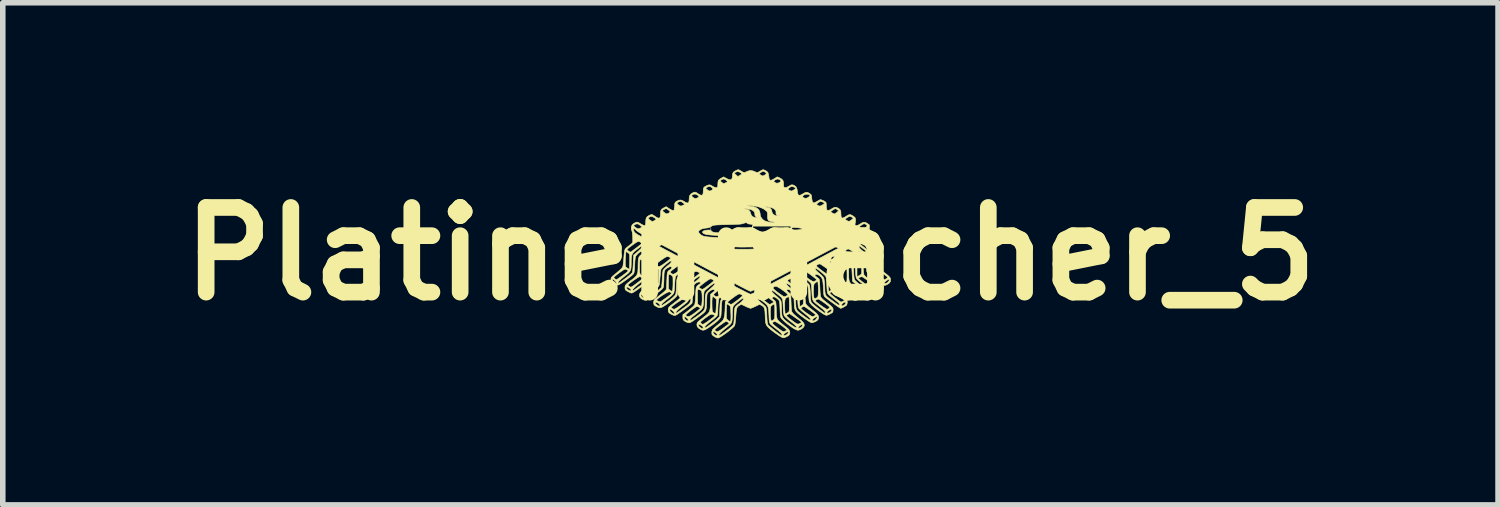
<source format=kicad_pcb>
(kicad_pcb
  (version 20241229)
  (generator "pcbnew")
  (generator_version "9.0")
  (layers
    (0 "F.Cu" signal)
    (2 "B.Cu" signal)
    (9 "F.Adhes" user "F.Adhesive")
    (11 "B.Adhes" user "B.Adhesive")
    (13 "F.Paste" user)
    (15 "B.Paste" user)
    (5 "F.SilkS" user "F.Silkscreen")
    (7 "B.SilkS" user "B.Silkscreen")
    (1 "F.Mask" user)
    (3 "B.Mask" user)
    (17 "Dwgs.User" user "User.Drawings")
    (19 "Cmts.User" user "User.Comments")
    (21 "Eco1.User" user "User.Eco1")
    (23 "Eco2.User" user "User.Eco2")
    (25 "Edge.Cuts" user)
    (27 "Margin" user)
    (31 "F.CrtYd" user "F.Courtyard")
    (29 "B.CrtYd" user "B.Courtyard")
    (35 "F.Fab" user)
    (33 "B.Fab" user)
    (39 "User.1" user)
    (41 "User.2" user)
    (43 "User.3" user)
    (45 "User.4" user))
  (footprint "Platinenmacher_5"
    (layer "F.Cu")
    (at 10.458 1.519)
    (property "Reference" "Platinenmacher_5" (at 0 0 0) (layer "F.SilkS") (effects (font (size 1.524 1.524) (thickness 0.3))))
    (attr through_hole)
    (fp_poly (pts (xy -0.712 -0.453) (xy -0.711 -0.442) (xy -0.712 -0.441) (xy -0.718 -0.442) (xy -0.718 -0.447) (xy -0.715 -0.454) (xy -0.712 -0.453)) (stroke (width 0.01) (type solid)) (fill yes) (layer "F.SilkS"))
    (fp_poly (pts (xy 0.244 -1.511) (xy 0.258 -1.504) (xy 0.262 -1.503) (xy 0.293 -1.486) (xy 0.312 -1.467) (xy 0.323 -1.441) (xy 0.329 -1.403) (xy 0.33 -1.401) (xy 0.335 -1.36) (xy 0.344 -1.334) (xy 0.359 -1.324) (xy 0.381 -1.327) (xy 0.414 -1.343) (xy 0.432 -1.354) (xy 0.483 -1.386) (xy 0.527 -1.366) (xy 0.562 -1.346) (xy 0.583 -1.325) (xy 0.593 -1.297) (xy 0.596 -1.264) (xy 0.597 -1.236) (xy 0.599 -1.213) (xy 0.601 -1.205) (xy 0.614 -1.193) (xy 0.637 -1.193) (xy 0.666 -1.203) (xy 0.692 -1.217) (xy 0.723 -1.236) (xy 0.747 -1.243) (xy 0.77 -1.239) (xy 0.787 -1.231) (xy 0.813 -1.214) (xy 0.83 -1.191) (xy 0.84 -1.158) (xy 0.844 -1.131) (xy 0.85 -1.089) (xy 0.86 -1.063) (xy 0.875 -1.053) (xy 0.898 -1.056) (xy 0.931 -1.072) (xy 0.948 -1.083) (xy 0.982 -1.101) (xy 1.008 -1.109) (xy 1.031 -1.105) (xy 1.059 -1.09) (xy 1.069 -1.084) (xy 1.091 -1.065) (xy 1.1 -1.044) (xy 1.101 -1.033) (xy 1.106 -0.982) (xy 1.113 -0.946) (xy 1.122 -0.926) (xy 1.137 -0.918) (xy 1.157 -0.922) (xy 1.185 -0.936) (xy 1.193 -0.94) (xy 1.22 -0.956) (xy 1.243 -0.969) (xy 1.255 -0.975) (xy 1.27 -0.974) (xy 1.293 -0.965) (xy 1.32 -0.953) (xy 1.344 -0.939) (xy 1.359 -0.927) (xy 1.36 -0.925) (xy 1.363 -0.912) (xy 1.365 -0.887) (xy 1.366 -0.858) (xy 1.369 -0.817) (xy 1.377 -0.791) (xy 1.392 -0.781) (xy 1.416 -0.784) (xy 1.45 -0.802) (xy 1.463 -0.81) (xy 1.497 -0.83) (xy 1.523 -0.838) (xy 1.545 -0.837) (xy 1.57 -0.826) (xy 1.577 -0.823) (xy 1.603 -0.805) (xy 1.619 -0.786) (xy 1.627 -0.762) (xy 1.629 -0.727) (xy 1.629 -0.718) (xy 1.631 -0.68) (xy 1.637 -0.656) (xy 1.648 -0.645) (xy 1.668 -0.647) (xy 1.698 -0.661) (xy 1.739 -0.686) (xy 1.745 -0.69) (xy 1.771 -0.703) (xy 1.794 -0.706) (xy 1.819 -0.698) (xy 1.852 -0.677) (xy 1.855 -0.675) (xy 1.877 -0.658) (xy 1.888 -0.643) (xy 1.891 -0.624) (xy 1.892 -0.602) (xy 1.89 -0.573) (xy 1.886 -0.551) (xy 1.883 -0.543) (xy 1.881 -0.527) (xy 1.892 -0.513) (xy 1.913 -0.508) (xy 1.93 -0.513) (xy 1.955 -0.525) (xy 1.979 -0.54) (xy 2.014 -0.561) (xy 2.043 -0.57) (xy 2.069 -0.566) (xy 2.099 -0.55) (xy 2.105 -0.546) (xy 2.141 -0.52) (xy 2.139 -0.464) (xy 2.138 -0.432) (xy 2.136 -0.388) (xy 2.134 -0.339) (xy 2.132 -0.301) (xy 2.127 -0.195) (xy 2.189 -0.15) (xy 2.22 -0.127) (xy 2.244 -0.107) (xy 2.26 -0.088) (xy 2.271 -0.066) (xy 2.278 -0.037) (xy 2.282 0.000138) (xy 2.284 0.05) (xy 2.286 0.083) (xy 2.288 0.14) (xy 2.291 0.184) (xy 2.296 0.216) (xy 2.305 0.242) (xy 2.319 0.263) (xy 2.34 0.284) (xy 2.369 0.307) (xy 2.393 0.325) (xy 2.439 0.36) (xy 2.473 0.387) (xy 2.496 0.409) (xy 2.511 0.426) (xy 2.519 0.442) (xy 2.522 0.459) (xy 2.522 0.469) (xy 2.518 0.499) (xy 2.502 0.524) (xy 2.473 0.545) (xy 2.455 0.555) (xy 2.434 0.564) (xy 2.414 0.568) (xy 2.393 0.564) (xy 2.368 0.553) (xy 2.335 0.533) (xy 2.292 0.504) (xy 2.285 0.499) (xy 2.219 0.45) (xy 2.167 0.408) (xy 2.13 0.372) (xy 2.105 0.341) (xy 2.093 0.316) (xy 2.09 0.295) (xy 2.087 0.261) (xy 2.085 0.219) (xy 2.085 0.177) (xy 2.083 0.115) (xy 2.079 0.07) (xy 2.073 0.042) (xy 2.073 0.041) (xy 2.059 0.02) (xy 2.035 -0.002) (xy 2.008 -0.022) (xy 1.981 -0.037) (xy 1.96 -0.043) (xy 1.956 -0.042) (xy 1.94 -0.034) (xy 1.939 -0.019) (xy 1.954 0.000402) (xy 1.978 0.021) (xy 2.021 0.053) (xy 2.028 0.205) (xy 2.03 0.256) (xy 2.034 0.303) (xy 2.037 0.341) (xy 2.041 0.367) (xy 2.044 0.378) (xy 2.056 0.392) (xy 2.077 0.413) (xy 2.105 0.437) (xy 2.115 0.445) (xy 2.164 0.482) (xy 2.2 0.511) (xy 2.226 0.533) (xy 2.243 0.551) (xy 2.253 0.565) (xy 2.258 0.579) (xy 2.26 0.594) (xy 2.26 0.599) (xy 2.254 0.638) (xy 2.234 0.668) (xy 2.199 0.69) (xy 2.196 0.692) (xy 2.167 0.702) (xy 2.145 0.702) (xy 2.138 0.699) (xy 2.122 0.691) (xy 2.095 0.675) (xy 2.06 0.653) (xy 2.02 0.627) (xy 1.979 0.599) (xy 1.939 0.572) (xy 1.904 0.547) (xy 1.877 0.527) (xy 1.867 0.519) (xy 1.837 0.494) (xy 1.829 0.332) (xy 1.826 0.28) (xy 1.824 0.234) (xy 1.821 0.197) (xy 1.819 0.171) (xy 1.818 0.161) (xy 1.808 0.15) (xy 1.787 0.135) (xy 1.761 0.12) (xy 1.735 0.108) (xy 1.717 0.102) (xy 1.695 0.101) (xy 1.682 0.106) (xy 1.675 0.113) (xy 1.68 0.123) (xy 1.69 0.132) (xy 1.717 0.154) (xy 1.736 0.174) (xy 1.75 0.194) (xy 1.76 0.218) (xy 1.765 0.248) (xy 1.768 0.288) (xy 1.769 0.34) (xy 1.769 0.381) (xy 1.77 0.435) (xy 1.775 0.475) (xy 1.785 0.507) (xy 1.803 0.533) (xy 1.829 0.56) (xy 1.861 0.585) (xy 1.896 0.612) (xy 1.931 0.64) (xy 1.96 0.663) (xy 1.964 0.667) (xy 1.987 0.687) (xy 2 0.703) (xy 2.005 0.72) (xy 2.006 0.745) (xy 2.005 0.77) (xy 2 0.786) (xy 1.986 0.799) (xy 1.966 0.811) (xy 1.936 0.825) (xy 1.905 0.836) (xy 1.894 0.838) (xy 1.881 0.839) (xy 1.868 0.837) (xy 1.853 0.831) (xy 1.834 0.819) (xy 1.807 0.8) (xy 1.77 0.773) (xy 1.743 0.753) (xy 1.701 0.721) (xy 1.662 0.691) (xy 1.629 0.665) (xy 1.605 0.645) (xy 1.596 0.637) (xy 1.568 0.61) (xy 1.568 0.472) (xy 1.567 0.423) (xy 1.566 0.378) (xy 1.564 0.342) (xy 1.561 0.318) (xy 1.559 0.312) (xy 1.543 0.288) (xy 1.516 0.265) (xy 1.485 0.246) (xy 1.455 0.237) (xy 1.449 0.236) (xy 1.424 0.239) (xy 1.416 0.247) (xy 1.424 0.261) (xy 1.448 0.281) (xy 1.449 0.282) (xy 1.467 0.296) (xy 1.481 0.311) (xy 1.491 0.33) (xy 1.498 0.354) (xy 1.503 0.387) (xy 1.506 0.431) (xy 1.509 0.49) (xy 1.509 0.505) (xy 1.512 0.561) (xy 1.515 0.605) (xy 1.52 0.637) (xy 1.524 0.654) (xy 1.524 0.654) (xy 1.536 0.667) (xy 1.558 0.686) (xy 1.587 0.709) (xy 1.606 0.723) (xy 1.654 0.759) (xy 1.689 0.787) (xy 1.714 0.808) (xy 1.73 0.826) (xy 1.739 0.842) (xy 1.742 0.859) (xy 1.743 0.871) (xy 1.74 0.898) (xy 1.734 0.918) (xy 1.732 0.922) (xy 1.718 0.934) (xy 1.694 0.949) (xy 1.667 0.964) (xy 1.642 0.976) (xy 1.625 0.981) (xy 1.624 0.981) (xy 1.614 0.976) (xy 1.592 0.962) (xy 1.562 0.942) (xy 1.544 0.929) (xy 1.638 0.929) (xy 1.644 0.937) (xy 1.661 0.936) (xy 1.681 0.927) (xy 1.694 0.919) (xy 1.708 0.903) (xy 1.716 0.885) (xy 1.716 0.872) (xy 1.707 0.867) (xy 1.682 0.874) (xy 1.659 0.891) (xy 1.642 0.913) (xy 1.638 0.929) (xy 1.544 0.929) (xy 1.526 0.916) (xy 1.487 0.888) (xy 1.447 0.859) (xy 1.41 0.831) (xy 1.377 0.806) (xy 1.352 0.786) (xy 1.337 0.772) (xy 1.336 0.771) (xy 1.329 0.762) (xy 1.324 0.748) (xy 1.32 0.728) (xy 1.317 0.699) (xy 1.315 0.657) (xy 1.313 0.619) (xy 1.309 0.555) (xy 1.304 0.504) (xy 1.298 0.469) (xy 1.294 0.455) (xy 1.276 0.424) (xy 1.25 0.397) (xy 1.221 0.378) (xy 1.193 0.37) (xy 1.187 0.37) (xy 1.166 0.375) (xy 1.16 0.386) (xy 1.171 0.402) (xy 1.195 0.421) (xy 1.218 0.439) (xy 1.235 0.456) (xy 1.24 0.463) (xy 1.242 0.477) (xy 1.245 0.504) (xy 1.247 0.542) (xy 1.249 0.587) (xy 1.25 0.609) (xy 1.252 0.657) (xy 1.255 0.702) (xy 1.258 0.739) (xy 1.261 0.763) (xy 1.263 0.769) (xy 1.271 0.785) (xy 1.288 0.805) (xy 1.315 0.83) (xy 1.354 0.861) (xy 1.361 0.867) (xy 1.406 0.902) (xy 1.44 0.93) (xy 1.463 0.951) (xy 1.477 0.968) (xy 1.485 0.983) (xy 1.488 0.999) (xy 1.487 1.017) (xy 1.487 1.017) (xy 1.485 1.037) (xy 1.48 1.051) (xy 1.468 1.062) (xy 1.445 1.075) (xy 1.429 1.084) (xy 1.399 1.098) (xy 1.38 1.105) (xy 1.365 1.106) (xy 1.35 1.102) (xy 1.344 1.099) (xy 1.322 1.088) (xy 1.29 1.068) (xy 1.252 1.041) (xy 1.212 1.012) (xy 1.172 0.981) (xy 1.136 0.952) (xy 1.109 0.928) (xy 1.106 0.926) (xy 1.084 0.901) (xy 1.067 0.876) (xy 1.061 0.863) (xy 1.057 0.845) (xy 1.053 0.813) (xy 1.05 0.772) (xy 1.047 0.725) (xy 1.046 0.714) (xy 1.043 0.659) (xy 1.04 0.619) (xy 1.035 0.59) (xy 1.028 0.57) (xy 1.018 0.554) (xy 1.005 0.541) (xy 1.004 0.541) (xy 0.967 0.515) (xy 0.938 0.505) (xy 0.92 0.508) (xy 0.905 0.518) (xy 0.905 0.529) (xy 0.919 0.543) (xy 0.933 0.553) (xy 0.954 0.571) (xy 0.969 0.591) (xy 0.971 0.596) (xy 0.975 0.612) (xy 0.978 0.642) (xy 0.981 0.682) (xy 0.983 0.729) (xy 0.983 0.749) (xy 0.985 0.806) (xy 0.988 0.848) (xy 0.992 0.878) (xy 0.997 0.899) (xy 1.002 0.908) (xy 1.015 0.925) (xy 1.039 0.949) (xy 1.071 0.977) (xy 1.103 1.002) (xy 1.149 1.038) (xy 1.182 1.066) (xy 1.204 1.089) (xy 1.218 1.109) (xy 1.225 1.128) (xy 1.226 1.148) (xy 1.221 1.175) (xy 1.205 1.197) (xy 1.176 1.217) (xy 1.143 1.231) (xy 1.119 1.239) (xy 1.103 1.241) (xy 1.086 1.235) (xy 1.066 1.224) (xy 1.045 1.211) (xy 1.03 1.201) (xy 1.113 1.201) (xy 1.122 1.208) (xy 1.139 1.206) (xy 1.162 1.194) (xy 1.173 1.186) (xy 1.188 1.169) (xy 1.198 1.151) (xy 1.201 1.136) (xy 1.195 1.13) (xy 1.195 1.13) (xy 1.18 1.135) (xy 1.159 1.147) (xy 1.137 1.163) (xy 1.132 1.168) (xy 1.116 1.187) (xy 1.113 1.201) (xy 1.03 1.201) (xy 1.014 1.19) (xy 0.976 1.164) (xy 0.936 1.134) (xy 0.925 1.126) (xy 0.88 1.092) (xy 0.846 1.063) (xy 0.822 1.038) (xy 0.806 1.012) (xy 0.796 0.981) (xy 0.791 0.942) (xy 0.788 0.891) (xy 0.786 0.854) (xy 0.784 0.806) (xy 0.781 0.764) (xy 0.778 0.73) (xy 0.774 0.709) (xy 0.773 0.704) (xy 0.757 0.685) (xy 0.732 0.665) (xy 0.705 0.649) (xy 0.681 0.641) (xy 0.673 0.641) (xy 0.656 0.648) (xy 0.655 0.661) (xy 0.669 0.68) (xy 0.689 0.696) (xy 0.725 0.723) (xy 0.731 0.867) (xy 0.733 0.917) (xy 0.735 0.962) (xy 0.738 0.999) (xy 0.74 1.025) (xy 0.741 1.033) (xy 0.751 1.053) (xy 0.772 1.079) (xy 0.807 1.111) (xy 0.856 1.151) (xy 0.876 1.168) (xy 0.919 1.203) (xy 0.948 1.232) (xy 0.964 1.258) (xy 0.969 1.282) (xy 0.968 1.297) (xy 0.955 1.321) (xy 0.93 1.344) (xy 0.899 1.363) (xy 0.866 1.374) (xy 0.851 1.375) (xy 0.829 1.369) (xy 0.796 1.353) (xy 0.758 1.33) (xy 0.715 1.3) (xy 0.672 1.268) (xy 0.63 1.234) (xy 0.594 1.201) (xy 0.565 1.171) (xy 0.547 1.146) (xy 0.544 1.14) (xy 0.541 1.123) (xy 0.538 1.093) (xy 0.535 1.052) (xy 0.533 1.006) (xy 0.532 0.99) (xy 0.53 0.934) (xy 0.527 0.89) (xy 0.523 0.858) (xy 0.518 0.843) (xy 0.505 0.827) (xy 0.483 0.808) (xy 0.468 0.796) (xy 0.443 0.781) (xy 0.426 0.774) (xy 0.412 0.776) (xy 0.406 0.778) (xy 0.39 0.788) (xy 0.388 0.799) (xy 0.401 0.813) (xy 0.416 0.824) (xy 0.437 0.843) (xy 0.453 0.863) (xy 0.455 0.867) (xy 0.458 0.883) (xy 0.461 0.914) (xy 0.464 0.954) (xy 0.466 1) (xy 0.466 1.02) (xy 0.468 1.076) (xy 0.471 1.118) (xy 0.475 1.147) (xy 0.48 1.168) (xy 0.485 1.18) (xy 0.497 1.196) (xy 0.521 1.22) (xy 0.552 1.248) (xy 0.589 1.277) (xy 0.591 1.279) (xy 0.635 1.314) (xy 0.667 1.34) (xy 0.688 1.361) (xy 0.701 1.379) (xy 0.707 1.396) (xy 0.709 1.415) (xy 0.709 1.419) (xy 0.706 1.444) (xy 0.694 1.464) (xy 0.671 1.481) (xy 0.637 1.498) (xy 0.611 1.508) (xy 0.593 1.511) (xy 0.576 1.507) (xy 0.567 1.503) (xy 0.545 1.491) (xy 0.512 1.471) (xy 0.474 1.444) (xy 0.432 1.415) (xy 0.392 1.384) (xy 0.357 1.356) (xy 0.34 1.341) (xy 0.314 1.317) (xy 0.296 1.295) (xy 0.283 1.272) (xy 0.275 1.244) (xy 0.27 1.207) (xy 0.267 1.158) (xy 0.266 1.131) (xy 0.263 1.072) (xy 0.26 1.028) (xy 0.254 0.995) (xy 0.247 0.972) (xy 0.236 0.955) (xy 0.22 0.941) (xy 0.205 0.932) (xy 0.166 0.909) (xy 0.091 0.945) (xy 0.057 0.961) (xy 0.027 0.973) (xy 0.007 0.98) (xy 0.001 0.981) (xy -0.012 0.977) (xy -0.038 0.968) (xy -0.07 0.954) (xy -0.089 0.945) (xy -0.165 0.909) (xy -0.193 0.925) (xy -0.214 0.938) (xy -0.23 0.952) (xy -0.241 0.97) (xy -0.249 0.995) (xy -0.255 1.028) (xy -0.259 1.074) (xy -0.263 1.125) (xy -0.268 1.193) (xy -0.275 1.246) (xy -0.281 1.281) (xy -0.286 1.293) (xy -0.298 1.31) (xy -0.322 1.333) (xy -0.354 1.36) (xy -0.392 1.391) (xy -0.433 1.422) (xy -0.475 1.452) (xy -0.513 1.478) (xy -0.547 1.499) (xy -0.572 1.511) (xy -0.584 1.515) (xy -0.601 1.511) (xy -0.626 1.501) (xy -0.641 1.493) (xy -0.673 1.473) (xy -0.691 1.453) (xy -0.696 1.428) (xy -0.695 1.412) (xy -0.674 1.412) (xy -0.668 1.429) (xy -0.654 1.446) (xy -0.636 1.46) (xy -0.618 1.469) (xy -0.603 1.47) (xy -0.6 1.466) (xy -0.569 1.466) (xy -0.559 1.471) (xy -0.558 1.471) (xy -0.548 1.466) (xy -0.526 1.452) (xy -0.496 1.431) (xy -0.459 1.405) (xy -0.436 1.388) (xy -0.39 1.353) (xy -0.353 1.321) (xy -0.325 1.296) (xy -0.31 1.278) (xy -0.309 1.276) (xy -0.303 1.261) (xy -0.298 1.238) (xy -0.295 1.207) (xy -0.292 1.163) (xy -0.291 1.11) (xy -0.289 1.057) (xy -0.287 1.017) (xy -0.283 0.988) (xy -0.276 0.966) (xy -0.263 0.947) (xy -0.244 0.929) (xy -0.216 0.907) (xy -0.194 0.891) (xy -0.161 0.863) (xy -0.138 0.838) (xy -0.124 0.816) (xy -0.124 0.814) (xy 0.132 0.814) (xy 0.145 0.835) (xy 0.171 0.863) (xy 0.202 0.89) (xy 0.231 0.914) (xy 0.257 0.937) (xy 0.273 0.954) (xy 0.276 0.959) (xy 0.282 0.973) (xy 0.287 0.997) (xy 0.291 1.033) (xy 0.294 1.083) (xy 0.295 1.116) (xy 0.298 1.171) (xy 0.301 1.212) (xy 0.304 1.241) (xy 0.309 1.261) (xy 0.315 1.276) (xy 0.317 1.279) (xy 0.327 1.291) (xy 0.349 1.31) (xy 0.378 1.335) (xy 0.412 1.363) (xy 0.449 1.392) (xy 0.484 1.419) (xy 0.517 1.443) (xy 0.542 1.46) (xy 0.559 1.47) (xy 0.563 1.471) (xy 0.569 1.464) (xy 0.569 1.46) (xy 0.596 1.46) (xy 0.601 1.47) (xy 0.62 1.469) (xy 0.648 1.459) (xy 0.673 1.438) (xy 0.683 1.412) (xy 0.683 1.409) (xy 0.677 1.402) (xy 0.66 1.406) (xy 0.633 1.42) (xy 0.628 1.424) (xy 0.604 1.444) (xy 0.596 1.46) (xy 0.569 1.46) (xy 0.569 1.459) (xy 0.563 1.441) (xy 0.543 1.416) (xy 0.508 1.385) (xy 0.459 1.346) (xy 0.45 1.339) (xy 0.416 1.313) (xy 0.386 1.288) (xy 0.363 1.267) (xy 0.353 1.256) (xy 0.351 1.25) (xy 0.396 1.25) (xy 0.396 1.255) (xy 0.405 1.265) (xy 0.426 1.283) (xy 0.453 1.306) (xy 0.485 1.331) (xy 0.518 1.355) (xy 0.549 1.377) (xy 0.574 1.393) (xy 0.589 1.401) (xy 0.592 1.401) (xy 0.608 1.398) (xy 0.631 1.388) (xy 0.633 1.387) (xy 0.661 1.373) (xy 0.622 1.338) (xy 0.593 1.315) (xy 0.56 1.289) (xy 0.524 1.265) (xy 0.491 1.243) (xy 0.462 1.227) (xy 0.443 1.218) (xy 0.439 1.217) (xy 0.418 1.223) (xy 0.402 1.235) (xy 0.396 1.25) (xy 0.351 1.25) (xy 0.347 1.243) (xy 0.342 1.223) (xy 0.338 1.194) (xy 0.335 1.153) (xy 0.333 1.099) (xy 0.331 1.073) (xy 0.359 1.073) (xy 0.36 1.115) (xy 0.363 1.153) (xy 0.365 1.168) (xy 0.371 1.196) (xy 0.382 1.208) (xy 0.398 1.203) (xy 0.416 1.187) (xy 0.425 1.178) (xy 0.431 1.168) (xy 0.435 1.154) (xy 0.437 1.134) (xy 0.438 1.103) (xy 0.438 1.059) (xy 0.438 1.04) (xy 0.438 0.994) (xy 0.437 0.956) (xy 0.435 0.927) (xy 0.433 0.91) (xy 0.432 0.908) (xy 0.421 0.908) (xy 0.403 0.916) (xy 0.384 0.928) (xy 0.37 0.943) (xy 0.368 0.945) (xy 0.364 0.962) (xy 0.361 0.992) (xy 0.36 1.03) (xy 0.359 1.073) (xy 0.331 1.073) (xy 0.33 1.042) (xy 0.326 0.998) (xy 0.32 0.966) (xy 0.31 0.94) (xy 0.295 0.918) (xy 0.273 0.896) (xy 0.242 0.871) (xy 0.237 0.867) (xy 0.197 0.835) (xy 0.168 0.814) (xy 0.149 0.802) (xy 0.138 0.798) (xy 0.135 0.8) (xy 0.132 0.814) (xy -0.124 0.814) (xy -0.124 0.802) (xy -0.125 0.801) (xy -0.133 0.799) (xy -0.148 0.806) (xy -0.171 0.821) (xy -0.205 0.846) (xy -0.231 0.867) (xy -0.262 0.893) (xy -0.288 0.917) (xy -0.305 0.937) (xy -0.31 0.944) (xy -0.316 0.964) (xy -0.321 0.999) (xy -0.324 1.05) (xy -0.325 1.095) (xy -0.327 1.15) (xy -0.33 1.191) (xy -0.335 1.222) (xy -0.345 1.246) (xy -0.361 1.267) (xy -0.384 1.289) (xy -0.417 1.315) (xy -0.423 1.319) (xy -0.476 1.363) (xy -0.518 1.4) (xy -0.548 1.43) (xy -0.565 1.453) (xy -0.569 1.466) (xy -0.6 1.466) (xy -0.596 1.462) (xy -0.596 1.459) (xy -0.602 1.445) (xy -0.618 1.428) (xy -0.639 1.412) (xy -0.657 1.402) (xy -0.662 1.401) (xy -0.673 1.408) (xy -0.674 1.412) (xy -0.695 1.412) (xy -0.694 1.401) (xy -0.691 1.387) (xy -0.687 1.376) (xy -0.685 1.371) (xy -0.644 1.371) (xy -0.637 1.382) (xy -0.629 1.387) (xy -0.613 1.397) (xy -0.596 1.4) (xy -0.578 1.394) (xy -0.552 1.38) (xy -0.517 1.357) (xy -0.512 1.353) (xy -0.466 1.319) (xy -0.432 1.294) (xy -0.409 1.277) (xy -0.395 1.264) (xy -0.388 1.255) (xy -0.385 1.249) (xy -0.385 1.248) (xy -0.393 1.238) (xy -0.41 1.226) (xy -0.431 1.219) (xy -0.442 1.217) (xy -0.453 1.222) (xy -0.475 1.236) (xy -0.503 1.255) (xy -0.536 1.279) (xy -0.569 1.303) (xy -0.599 1.326) (xy -0.622 1.345) (xy -0.637 1.359) (xy -0.638 1.36) (xy -0.644 1.371) (xy -0.685 1.371) (xy -0.68 1.364) (xy -0.668 1.35) (xy -0.65 1.332) (xy -0.623 1.309) (xy -0.586 1.278) (xy -0.539 1.24) (xy -0.512 1.216) (xy -0.493 1.192) (xy -0.478 1.163) (xy -0.468 1.128) (xy -0.467 1.12) (xy -0.434 1.12) (xy -0.434 1.147) (xy -0.432 1.162) (xy -0.432 1.163) (xy -0.42 1.18) (xy -0.401 1.198) (xy -0.381 1.212) (xy -0.366 1.217) (xy -0.359 1.21) (xy -0.354 1.195) (xy -0.352 1.177) (xy -0.351 1.147) (xy -0.351 1.109) (xy -0.353 1.066) (xy -0.354 1.025) (xy -0.357 0.988) (xy -0.36 0.96) (xy -0.362 0.945) (xy -0.373 0.934) (xy -0.391 0.919) (xy -0.41 0.907) (xy -0.423 0.902) (xy -0.425 0.91) (xy -0.428 0.932) (xy -0.43 0.964) (xy -0.432 1.003) (xy -0.433 1.044) (xy -0.434 1.084) (xy -0.434 1.12) (xy -0.467 1.12) (xy -0.462 1.083) (xy -0.458 1.024) (xy -0.457 0.995) (xy -0.453 0.87) (xy -0.412 0.87) (xy -0.404 0.881) (xy -0.387 0.893) (xy -0.366 0.904) (xy -0.347 0.91) (xy -0.345 0.91) (xy -0.335 0.905) (xy -0.313 0.892) (xy -0.284 0.871) (xy -0.25 0.846) (xy -0.24 0.839) (xy -0.205 0.811) (xy -0.176 0.787) (xy -0.154 0.768) (xy -0.143 0.757) (xy -0.142 0.756) (xy -0.145 0.751) (xy 0.14 0.751) (xy 0.147 0.758) (xy 0.165 0.774) (xy 0.191 0.795) (xy 0.221 0.82) (xy 0.254 0.845) (xy 0.286 0.87) (xy 0.313 0.89) (xy 0.334 0.905) (xy 0.345 0.91) (xy 0.345 0.91) (xy 0.356 0.907) (xy 0.377 0.897) (xy 0.386 0.892) (xy 0.407 0.879) (xy 0.419 0.869) (xy 0.42 0.866) (xy 0.414 0.859) (xy 0.396 0.844) (xy 0.369 0.824) (xy 0.338 0.801) (xy 0.305 0.778) (xy 0.273 0.756) (xy 0.246 0.739) (xy 0.227 0.727) (xy 0.224 0.726) (xy 0.204 0.72) (xy 0.185 0.724) (xy 0.171 0.73) (xy 0.151 0.741) (xy 0.141 0.749) (xy 0.14 0.751) (xy -0.145 0.751) (xy -0.147 0.746) (xy -0.163 0.733) (xy -0.167 0.731) (xy -0.19 0.722) (xy -0.208 0.723) (xy -0.218 0.727) (xy -0.238 0.738) (xy -0.266 0.756) (xy -0.298 0.778) (xy -0.331 0.802) (xy -0.362 0.826) (xy -0.388 0.846) (xy -0.406 0.862) (xy -0.412 0.87) (xy -0.453 0.87) (xy -0.453 0.864) (xy -0.418 0.832) (xy -0.396 0.808) (xy -0.39 0.791) (xy -0.399 0.782) (xy -0.415 0.78) (xy -0.437 0.785) (xy -0.464 0.801) (xy -0.49 0.82) (xy -0.508 0.841) (xy -0.509 0.843) (xy -0.514 0.86) (xy -0.518 0.89) (xy -0.521 0.931) (xy -0.523 0.977) (xy -0.525 1.022) (xy -0.527 1.064) (xy -0.529 1.098) (xy -0.531 1.119) (xy -0.531 1.119) (xy -0.54 1.146) (xy -0.561 1.175) (xy -0.594 1.209) (xy -0.642 1.248) (xy -0.688 1.283) (xy -0.739 1.319) (xy -0.778 1.345) (xy -0.808 1.362) (xy -0.833 1.372) (xy -0.853 1.375) (xy -0.872 1.371) (xy -0.892 1.363) (xy -0.896 1.361) (xy -0.934 1.337) (xy -0.956 1.311) (xy -0.963 1.286) (xy -0.937 1.286) (xy -0.927 1.304) (xy -0.91 1.322) (xy -0.892 1.334) (xy -0.868 1.345) (xy -0.855 1.347) (xy -0.85 1.341) (xy -0.85 1.332) (xy -0.855 1.319) (xy -0.823 1.319) (xy -0.821 1.328) (xy -0.813 1.33) (xy -0.797 1.323) (xy -0.772 1.308) (xy -0.736 1.282) (xy -0.709 1.262) (xy -0.672 1.233) (xy -0.636 1.205) (xy -0.607 1.18) (xy -0.587 1.162) (xy -0.587 1.161) (xy -0.556 1.129) (xy -0.551 0.991) (xy -0.548 0.932) (xy -0.545 0.888) (xy -0.539 0.855) (xy -0.53 0.829) (xy -0.516 0.808) (xy -0.496 0.788) (xy -0.468 0.766) (xy -0.458 0.758) (xy -0.422 0.728) (xy -0.398 0.702) (xy -0.386 0.682) (xy -0.388 0.669) (xy -0.398 0.67) (xy -0.418 0.681) (xy -0.445 0.698) (xy -0.476 0.72) (xy -0.507 0.745) (xy -0.532 0.766) (xy -0.552 0.785) (xy -0.564 0.8) (xy -0.571 0.818) (xy -0.575 0.844) (xy -0.579 0.872) (xy -0.583 0.918) (xy -0.586 0.97) (xy -0.587 1.012) (xy -0.589 1.048) (xy -0.591 1.08) (xy -0.594 1.101) (xy -0.595 1.104) (xy -0.605 1.12) (xy -0.629 1.144) (xy -0.663 1.173) (xy -0.679 1.185) (xy -0.737 1.23) (xy -0.779 1.266) (xy -0.808 1.294) (xy -0.822 1.313) (xy -0.823 1.319) (xy -0.855 1.319) (xy -0.856 1.316) (xy -0.872 1.298) (xy -0.894 1.283) (xy -0.915 1.273) (xy -0.931 1.271) (xy -0.935 1.274) (xy -0.937 1.286) (xy -0.963 1.286) (xy -0.963 1.283) (xy -0.963 1.282) (xy -0.963 1.262) (xy -0.958 1.245) (xy -0.949 1.23) (xy -0.9 1.23) (xy -0.896 1.243) (xy -0.883 1.256) (xy -0.869 1.266) (xy -0.859 1.269) (xy -0.846 1.264) (xy -0.829 1.256) (xy -0.81 1.244) (xy -0.782 1.226) (xy -0.751 1.203) (xy -0.718 1.179) (xy -0.687 1.156) (xy -0.662 1.135) (xy -0.645 1.12) (xy -0.639 1.113) (xy -0.647 1.104) (xy -0.666 1.095) (xy -0.688 1.089) (xy -0.709 1.089) (xy -0.712 1.089) (xy -0.727 1.096) (xy -0.752 1.112) (xy -0.782 1.133) (xy -0.815 1.156) (xy -0.846 1.18) (xy -0.873 1.202) (xy -0.892 1.22) (xy -0.9 1.23) (xy -0.949 1.23) (xy -0.948 1.229) (xy -0.931 1.211) (xy -0.903 1.188) (xy -0.868 1.161) (xy -0.833 1.133) (xy -0.8 1.107) (xy -0.774 1.085) (xy -0.76 1.071) (xy -0.744 1.05) (xy -0.733 1.02) (xy -0.725 0.981) (xy -0.721 0.93) (xy -0.72 0.9) (xy -0.692 0.9) (xy -0.691 0.959) (xy -0.689 1.002) (xy -0.686 1.03) (xy -0.681 1.044) (xy -0.681 1.044) (xy -0.663 1.061) (xy -0.644 1.07) (xy -0.629 1.07) (xy -0.627 1.069) (xy -0.624 1.057) (xy -0.621 1.032) (xy -0.618 0.996) (xy -0.616 0.953) (xy -0.615 0.94) (xy -0.611 0.818) (xy -0.639 0.794) (xy -0.658 0.779) (xy -0.672 0.771) (xy -0.681 0.773) (xy -0.687 0.785) (xy -0.69 0.81) (xy -0.692 0.85) (xy -0.692 0.9) (xy -0.72 0.9) (xy -0.718 0.864) (xy -0.718 0.835) (xy -0.718 0.732) (xy -0.664 0.732) (xy -0.663 0.741) (xy -0.649 0.753) (xy -0.648 0.754) (xy -0.626 0.766) (xy -0.607 0.771) (xy -0.593 0.766) (xy -0.568 0.752) (xy -0.537 0.731) (xy -0.501 0.705) (xy -0.499 0.703) (xy -0.465 0.677) (xy -0.436 0.653) (xy -0.415 0.635) (xy -0.405 0.624) (xy -0.405 0.623) (xy -0.407 0.609) (xy -0.422 0.595) (xy -0.444 0.588) (xy -0.454 0.587) (xy -0.469 0.592) (xy -0.494 0.605) (xy -0.526 0.624) (xy -0.561 0.647) (xy -0.595 0.671) (xy -0.625 0.694) (xy -0.647 0.713) (xy -0.652 0.718) (xy -0.664 0.732) (xy -0.718 0.732) (xy -0.718 0.729) (xy -0.679 0.697) (xy -0.653 0.675) (xy -0.642 0.66) (xy -0.644 0.65) (xy -0.658 0.644) (xy -0.661 0.643) (xy -0.687 0.645) (xy -0.718 0.659) (xy -0.751 0.685) (xy -0.762 0.696) (xy -0.77 0.706) (xy -0.776 0.716) (xy -0.78 0.73) (xy -0.783 0.751) (xy -0.785 0.782) (xy -0.787 0.825) (xy -0.788 0.862) (xy -0.79 0.92) (xy -0.793 0.963) (xy -0.798 0.996) (xy -0.806 1.021) (xy -0.819 1.042) (xy -0.838 1.061) (xy -0.863 1.082) (xy -0.877 1.093) (xy -0.929 1.132) (xy -0.977 1.168) (xy -1.02 1.198) (xy -1.056 1.221) (xy -1.082 1.236) (xy -1.092 1.241) (xy -1.116 1.24) (xy -1.147 1.23) (xy -1.179 1.214) (xy -1.199 1.198) (xy -1.212 1.181) (xy -1.217 1.154) (xy -1.217 1.152) (xy -1.19 1.152) (xy -1.184 1.17) (xy -1.18 1.175) (xy -1.162 1.193) (xy -1.142 1.204) (xy -1.124 1.207) (xy -1.114 1.202) (xy -1.112 1.196) (xy -1.115 1.192) (xy -1.086 1.192) (xy -1.086 1.192) (xy -1.084 1.198) (xy -1.077 1.198) (xy -1.063 1.192) (xy -1.04 1.177) (xy -1.007 1.154) (xy -0.976 1.133) (xy -0.923 1.094) (xy -0.883 1.062) (xy -0.854 1.036) (xy -0.835 1.014) (xy -0.824 0.994) (xy -0.82 0.981) (xy -0.818 0.96) (xy -0.816 0.928) (xy -0.815 0.887) (xy -0.815 0.855) (xy -0.814 0.799) (xy -0.811 0.757) (xy -0.804 0.725) (xy -0.793 0.699) (xy -0.776 0.677) (xy -0.751 0.655) (xy -0.747 0.651) (xy -0.702 0.612) (xy -0.671 0.583) (xy -0.651 0.561) (xy -0.641 0.546) (xy -0.639 0.539) (xy -0.644 0.528) (xy -0.653 0.529) (xy -0.67 0.538) (xy -0.695 0.556) (xy -0.726 0.579) (xy -0.758 0.605) (xy -0.788 0.63) (xy -0.813 0.652) (xy -0.828 0.668) (xy -0.832 0.673) (xy -0.835 0.69) (xy -0.839 0.719) (xy -0.841 0.757) (xy -0.841 0.786) (xy -0.843 0.851) (xy -0.846 0.9) (xy -0.851 0.937) (xy -0.859 0.965) (xy -0.871 0.987) (xy -0.881 0.999) (xy -0.898 1.016) (xy -0.925 1.039) (xy -0.959 1.066) (xy -0.991 1.092) (xy -1.031 1.123) (xy -1.058 1.146) (xy -1.075 1.164) (xy -1.084 1.179) (xy -1.086 1.192) (xy -1.115 1.192) (xy -1.119 1.184) (xy -1.134 1.166) (xy -1.153 1.148) (xy -1.172 1.134) (xy -1.183 1.13) (xy -1.19 1.137) (xy -1.19 1.152) (xy -1.217 1.152) (xy -1.217 1.139) (xy -1.217 1.1) (xy -1.165 1.1) (xy -1.158 1.113) (xy -1.15 1.12) (xy -1.132 1.128) (xy -1.113 1.128) (xy -1.09 1.121) (xy -1.061 1.105) (xy -1.023 1.079) (xy -0.996 1.059) (xy -0.962 1.033) (xy -0.933 1.009) (xy -0.912 0.992) (xy -0.903 0.981) (xy -0.902 0.98) (xy -0.909 0.972) (xy -0.927 0.96) (xy -0.932 0.958) (xy -0.953 0.949) (xy -0.968 0.949) (xy -0.984 0.957) (xy -0.987 0.959) (xy -1.019 0.981) (xy -1.054 1.006) (xy -1.088 1.032) (xy -1.119 1.057) (xy -1.144 1.078) (xy -1.161 1.094) (xy -1.165 1.1) (xy -1.217 1.1) (xy -1.217 1.097) (xy -1.117 1.02) (xy -1.074 0.985) (xy -1.039 0.955) (xy -1.015 0.931) (xy -1.004 0.916) (xy -0.998 0.892) (xy -0.993 0.852) (xy -0.989 0.794) (xy -0.987 0.751) (xy -0.986 0.701) (xy -0.953 0.701) (xy -0.953 0.742) (xy -0.953 0.777) (xy -0.95 0.906) (xy -0.921 0.926) (xy -0.9 0.939) (xy -0.886 0.945) (xy -0.884 0.946) (xy -0.88 0.938) (xy -0.876 0.916) (xy -0.873 0.885) (xy -0.871 0.871) (xy -0.869 0.826) (xy -0.869 0.779) (xy -0.871 0.734) (xy -0.875 0.697) (xy -0.881 0.672) (xy -0.881 0.671) (xy -0.894 0.656) (xy -0.915 0.645) (xy -0.936 0.641) (xy -0.941 0.642) (xy -0.947 0.647) (xy -0.95 0.656) (xy -0.953 0.673) (xy -0.953 0.701) (xy -0.986 0.701) (xy -0.985 0.694) (xy -0.982 0.651) (xy -0.978 0.62) (xy -0.972 0.601) (xy -0.926 0.601) (xy -0.921 0.61) (xy -0.905 0.622) (xy -0.885 0.632) (xy -0.866 0.639) (xy -0.861 0.639) (xy -0.851 0.634) (xy -0.83 0.62) (xy -0.801 0.6) (xy -0.766 0.574) (xy -0.757 0.567) (xy -0.722 0.54) (xy -0.692 0.516) (xy -0.671 0.497) (xy -0.66 0.486) (xy -0.659 0.484) (xy -0.664 0.474) (xy -0.68 0.462) (xy -0.684 0.46) (xy -0.707 0.451) (xy -0.727 0.452) (xy -0.734 0.455) (xy -0.751 0.465) (xy -0.776 0.481) (xy -0.807 0.503) (xy -0.84 0.528) (xy -0.871 0.552) (xy -0.898 0.574) (xy -0.918 0.591) (xy -0.926 0.601) (xy -0.926 0.601) (xy -0.972 0.601) (xy -0.971 0.597) (xy -0.96 0.58) (xy -0.945 0.566) (xy -0.925 0.551) (xy -0.903 0.535) (xy -0.895 0.524) (xy -0.9 0.515) (xy -0.911 0.508) (xy -0.932 0.506) (xy -0.96 0.515) (xy -0.99 0.533) (xy -1.016 0.556) (xy -1.024 0.565) (xy -1.03 0.575) (xy -1.034 0.588) (xy -1.037 0.608) (xy -1.038 0.636) (xy -1.04 0.677) (xy -1.041 0.73) (xy -1.043 0.789) (xy -1.045 0.837) (xy -1.049 0.871) (xy -1.052 0.89) (xy -1.054 0.892) (xy -1.066 0.903) (xy -1.089 0.922) (xy -1.121 0.947) (xy -1.159 0.976) (xy -1.199 1.006) (xy -1.239 1.035) (xy -1.276 1.061) (xy -1.307 1.083) (xy -1.329 1.097) (xy -1.336 1.101) (xy -1.356 1.109) (xy -1.372 1.11) (xy -1.392 1.103) (xy -1.402 1.099) (xy -1.44 1.08) (xy -1.464 1.062) (xy -1.476 1.043) (xy -1.48 1.018) (xy -1.48 1.012) (xy -1.48 1.002) (xy -1.454 1.002) (xy -1.449 1.027) (xy -1.431 1.05) (xy -1.411 1.065) (xy -1.387 1.08) (xy -1.373 1.085) (xy -1.367 1.08) (xy -1.366 1.074) (xy -1.373 1.055) (xy -1.375 1.053) (xy -1.34 1.053) (xy -1.338 1.066) (xy -1.335 1.069) (xy -1.326 1.064) (xy -1.306 1.05) (xy -1.278 1.03) (xy -1.242 1.004) (xy -1.223 0.99) (xy -1.174 0.955) (xy -1.137 0.927) (xy -1.11 0.904) (xy -1.092 0.883) (xy -1.081 0.861) (xy -1.074 0.836) (xy -1.071 0.803) (xy -1.069 0.76) (xy -1.068 0.724) (xy -1.066 0.665) (xy -1.063 0.62) (xy -1.057 0.586) (xy -1.049 0.56) (xy -1.035 0.539) (xy -1.016 0.52) (xy -0.99 0.499) (xy -0.98 0.492) (xy -0.941 0.46) (xy -0.916 0.434) (xy -0.905 0.414) (xy -0.908 0.402) (xy -0.919 0.403) (xy -0.939 0.413) (xy -0.966 0.43) (xy -0.996 0.452) (xy -1.025 0.477) (xy -1.052 0.501) (xy -1.072 0.522) (xy -1.078 0.532) (xy -1.086 0.546) (xy -1.092 0.564) (xy -1.097 0.587) (xy -1.101 0.62) (xy -1.104 0.665) (xy -1.106 0.696) (xy -1.109 0.743) (xy -1.113 0.786) (xy -1.117 0.82) (xy -1.12 0.842) (xy -1.121 0.847) (xy -1.131 0.86) (xy -1.152 0.88) (xy -1.18 0.904) (xy -1.202 0.92) (xy -1.258 0.964) (xy -1.299 0.999) (xy -1.326 1.026) (xy -1.339 1.046) (xy -1.34 1.053) (xy -1.375 1.053) (xy -1.391 1.033) (xy -1.416 1.011) (xy -1.427 1.005) (xy -1.445 0.995) (xy -1.453 0.995) (xy -1.454 1.002) (xy -1.48 1.002) (xy -1.479 0.993) (xy -1.476 0.977) (xy -1.468 0.963) (xy -1.428 0.963) (xy -1.421 0.974) (xy -1.404 0.986) (xy -1.385 0.996) (xy -1.374 0.998) (xy -1.361 0.993) (xy -1.338 0.981) (xy -1.31 0.963) (xy -1.309 0.962) (xy -1.273 0.937) (xy -1.233 0.908) (xy -1.205 0.886) (xy -1.154 0.847) (xy -1.173 0.831) (xy -1.195 0.819) (xy -1.213 0.815) (xy -1.226 0.819) (xy -1.249 0.832) (xy -1.279 0.851) (xy -1.313 0.873) (xy -1.347 0.897) (xy -1.379 0.92) (xy -1.405 0.941) (xy -1.422 0.956) (xy -1.428 0.963) (xy -1.468 0.963) (xy -1.467 0.962) (xy -1.452 0.945) (xy -1.427 0.924) (xy -1.392 0.897) (xy -1.36 0.872) (xy -1.324 0.845) (xy -1.293 0.819) (xy -1.269 0.798) (xy -1.256 0.783) (xy -1.255 0.783) (xy -1.249 0.77) (xy -1.245 0.752) (xy -1.242 0.724) (xy -1.239 0.685) (xy -1.238 0.631) (xy -1.238 0.627) (xy -1.209 0.627) (xy -1.209 0.637) (xy -1.208 0.683) (xy -1.207 0.724) (xy -1.205 0.755) (xy -1.203 0.773) (xy -1.202 0.776) (xy -1.187 0.789) (xy -1.166 0.801) (xy -1.151 0.806) (xy -1.144 0.798) (xy -1.138 0.778) (xy -1.135 0.765) (xy -1.133 0.738) (xy -1.131 0.7) (xy -1.13 0.657) (xy -1.13 0.634) (xy -1.13 0.594) (xy -1.131 0.567) (xy -1.134 0.549) (xy -1.14 0.538) (xy -1.149 0.529) (xy -1.153 0.526) (xy -1.174 0.513) (xy -1.192 0.508) (xy -1.192 0.508) (xy -1.199 0.509) (xy -1.203 0.514) (xy -1.206 0.526) (xy -1.208 0.547) (xy -1.208 0.58) (xy -1.209 0.627) (xy -1.238 0.627) (xy -1.237 0.623) (xy -1.236 0.575) (xy -1.234 0.531) (xy -1.233 0.496) (xy -1.231 0.473) (xy -1.23 0.467) (xy -1.229 0.464) (xy -1.18 0.464) (xy -1.175 0.476) (xy -1.16 0.491) (xy -1.142 0.503) (xy -1.126 0.508) (xy -1.117 0.503) (xy -1.096 0.489) (xy -1.067 0.469) (xy -1.032 0.443) (xy -1.015 0.431) (xy -0.979 0.404) (xy -0.948 0.38) (xy -0.925 0.361) (xy -0.913 0.35) (xy -0.911 0.348) (xy -0.918 0.339) (xy -0.937 0.329) (xy -0.96 0.321) (xy -0.982 0.318) (xy -0.991 0.318) (xy -1.007 0.326) (xy -1.032 0.342) (xy -1.062 0.363) (xy -1.095 0.388) (xy -1.126 0.412) (xy -1.153 0.435) (xy -1.172 0.453) (xy -1.18 0.464) (xy -1.18 0.464) (xy -1.229 0.464) (xy -1.221 0.451) (xy -1.202 0.432) (xy -1.187 0.42) (xy -1.164 0.402) (xy -1.155 0.39) (xy -1.157 0.38) (xy -1.157 0.38) (xy -1.177 0.369) (xy -1.204 0.373) (xy -1.237 0.39) (xy -1.24 0.393) (xy -1.262 0.409) (xy -1.277 0.423) (xy -1.288 0.438) (xy -1.295 0.457) (xy -1.3 0.484) (xy -1.303 0.522) (xy -1.305 0.573) (xy -1.305 0.59) (xy -1.308 0.64) (xy -1.311 0.684) (xy -1.314 0.72) (xy -1.318 0.743) (xy -1.32 0.749) (xy -1.335 0.77) (xy -1.362 0.796) (xy -1.4 0.828) (xy -1.452 0.868) (xy -1.471 0.882) (xy -1.521 0.918) (xy -1.56 0.944) (xy -1.591 0.961) (xy -1.616 0.969) (xy -1.639 0.97) (xy -1.661 0.964) (xy -1.687 0.952) (xy -1.695 0.948) (xy -1.721 0.932) (xy -1.734 0.919) (xy -1.74 0.903) (xy -1.741 0.894) (xy -1.742 0.888) (xy -1.713 0.888) (xy -1.7 0.906) (xy -1.674 0.927) (xy -1.669 0.93) (xy -1.646 0.942) (xy -1.634 0.944) (xy -1.629 0.936) (xy -1.629 0.931) (xy -1.632 0.916) (xy -1.603 0.916) (xy -1.601 0.925) (xy -1.592 0.927) (xy -1.577 0.92) (xy -1.551 0.904) (xy -1.514 0.878) (xy -1.508 0.874) (xy -1.452 0.832) (xy -1.406 0.795) (xy -1.371 0.763) (xy -1.35 0.737) (xy -1.346 0.732) (xy -1.343 0.717) (xy -1.339 0.688) (xy -1.335 0.649) (xy -1.333 0.602) (xy -1.332 0.578) (xy -1.329 0.523) (xy -1.327 0.482) (xy -1.322 0.452) (xy -1.314 0.429) (xy -1.301 0.409) (xy -1.282 0.391) (xy -1.256 0.369) (xy -1.243 0.359) (xy -1.215 0.335) (xy -1.19 0.314) (xy -1.174 0.297) (xy -1.172 0.295) (xy -1.16 0.275) (xy -1.157 0.26) (xy -1.164 0.254) (xy -1.176 0.26) (xy -1.198 0.274) (xy -1.226 0.296) (xy -1.258 0.321) (xy -1.288 0.347) (xy -1.315 0.371) (xy -1.335 0.391) (xy -1.345 0.404) (xy -1.352 0.424) (xy -1.357 0.456) (xy -1.361 0.502) (xy -1.364 0.555) (xy -1.367 0.62) (xy -1.372 0.669) (xy -1.379 0.7) (xy -1.382 0.708) (xy -1.396 0.728) (xy -1.423 0.755) (xy -1.459 0.785) (xy -1.466 0.791) (xy -1.521 0.833) (xy -1.561 0.867) (xy -1.587 0.892) (xy -1.601 0.91) (xy -1.603 0.916) (xy -1.632 0.916) (xy -1.633 0.911) (xy -1.647 0.895) (xy -1.672 0.881) (xy -1.696 0.871) (xy -1.71 0.874) (xy -1.71 0.875) (xy -1.713 0.888) (xy -1.742 0.888) (xy -1.742 0.869) (xy -1.739 0.848) (xy -1.73 0.833) (xy -1.69 0.833) (xy -1.689 0.836) (xy -1.672 0.847) (xy -1.649 0.857) (xy -1.629 0.862) (xy -1.621 0.862) (xy -1.61 0.856) (xy -1.587 0.841) (xy -1.556 0.819) (xy -1.52 0.794) (xy -1.509 0.786) (xy -1.47 0.757) (xy -1.444 0.737) (xy -1.428 0.723) (xy -1.42 0.714) (xy -1.42 0.707) (xy -1.426 0.701) (xy -1.429 0.699) (xy -1.447 0.687) (xy -1.46 0.683) (xy -1.477 0.688) (xy -1.504 0.699) (xy -1.536 0.717) (xy -1.571 0.738) (xy -1.606 0.761) (xy -1.639 0.784) (xy -1.665 0.805) (xy -1.684 0.822) (xy -1.69 0.833) (xy -1.73 0.833) (xy -1.728 0.828) (xy -1.708 0.807) (xy -1.677 0.781) (xy -1.649 0.759) (xy -1.613 0.731) (xy -1.579 0.704) (xy -1.552 0.681) (xy -1.537 0.666) (xy -1.511 0.638) (xy -1.506 0.505) (xy -1.476 0.505) (xy -1.476 0.632) (xy -1.45 0.653) (xy -1.43 0.668) (xy -1.417 0.673) (xy -1.407 0.669) (xy -1.401 0.653) (xy -1.397 0.624) (xy -1.395 0.58) (xy -1.394 0.552) (xy -1.394 0.506) (xy -1.394 0.466) (xy -1.395 0.434) (xy -1.397 0.415) (xy -1.397 0.414) (xy -1.406 0.399) (xy -1.424 0.384) (xy -1.445 0.373) (xy -1.462 0.369) (xy -1.469 0.371) (xy -1.472 0.382) (xy -1.474 0.407) (xy -1.475 0.443) (xy -1.476 0.486) (xy -1.476 0.505) (xy -1.506 0.505) (xy -1.506 0.491) (xy -1.503 0.433) (xy -1.501 0.39) (xy -1.498 0.359) (xy -1.493 0.338) (xy -1.49 0.328) (xy -1.445 0.328) (xy -1.438 0.342) (xy -1.42 0.356) (xy -1.398 0.366) (xy -1.387 0.367) (xy -1.373 0.362) (xy -1.349 0.349) (xy -1.318 0.328) (xy -1.282 0.302) (xy -1.275 0.297) (xy -1.234 0.264) (xy -1.206 0.24) (xy -1.19 0.222) (xy -1.186 0.208) (xy -1.193 0.197) (xy -1.209 0.187) (xy -1.211 0.186) (xy -1.223 0.181) (xy -1.234 0.179) (xy -1.247 0.182) (xy -1.265 0.191) (xy -1.289 0.206) (xy -1.323 0.23) (xy -1.36 0.256) (xy -1.393 0.281) (xy -1.42 0.302) (xy -1.438 0.319) (xy -1.445 0.328) (xy -1.49 0.328) (xy -1.488 0.324) (xy -1.486 0.32) (xy -1.474 0.305) (xy -1.465 0.298) (xy -1.465 0.298) (xy -1.455 0.292) (xy -1.438 0.279) (xy -1.433 0.275) (xy -1.418 0.259) (xy -1.414 0.249) (xy -1.421 0.239) (xy -1.423 0.238) (xy -1.433 0.23) (xy -1.444 0.23) (xy -1.462 0.237) (xy -1.475 0.244) (xy -1.503 0.259) (xy -1.524 0.274) (xy -1.538 0.29) (xy -1.547 0.311) (xy -1.553 0.34) (xy -1.556 0.38) (xy -1.557 0.434) (xy -1.557 0.445) (xy -1.559 0.494) (xy -1.561 0.539) (xy -1.564 0.576) (xy -1.568 0.601) (xy -1.57 0.608) (xy -1.582 0.625) (xy -1.61 0.651) (xy -1.652 0.686) (xy -1.703 0.725) (xy -1.755 0.764) (xy -1.796 0.794) (xy -1.828 0.815) (xy -1.852 0.828) (xy -1.871 0.836) (xy -1.887 0.837) (xy -1.903 0.835) (xy -1.919 0.829) (xy -1.921 0.829) (xy -1.96 0.81) (xy -1.984 0.789) (xy -1.996 0.762) (xy -1.997 0.744) (xy -1.997 0.741) (xy -1.97 0.741) (xy -1.968 0.756) (xy -1.958 0.773) (xy -1.94 0.787) (xy -1.921 0.795) (xy -1.904 0.796) (xy -1.893 0.788) (xy -1.862 0.788) (xy -1.857 0.792) (xy -1.851 0.792) (xy -1.84 0.788) (xy -1.822 0.777) (xy -1.796 0.759) (xy -1.76 0.733) (xy -1.718 0.701) (xy -1.68 0.672) (xy -1.647 0.646) (xy -1.621 0.624) (xy -1.606 0.608) (xy -1.603 0.605) (xy -1.599 0.59) (xy -1.596 0.561) (xy -1.592 0.522) (xy -1.589 0.476) (xy -1.588 0.453) (xy -1.585 0.389) (xy -1.58 0.339) (xy -1.575 0.306) (xy -1.571 0.293) (xy -1.558 0.276) (xy -1.535 0.253) (xy -1.507 0.228) (xy -1.497 0.22) (xy -1.456 0.186) (xy -1.431 0.159) (xy -1.423 0.138) (xy -1.425 0.129) (xy -1.435 0.128) (xy -1.454 0.137) (xy -1.479 0.155) (xy -1.508 0.177) (xy -1.539 0.203) (xy -1.567 0.229) (xy -1.59 0.253) (xy -1.606 0.273) (xy -1.611 0.282) (xy -1.614 0.301) (xy -1.619 0.334) (xy -1.623 0.376) (xy -1.627 0.422) (xy -1.628 0.436) (xy -1.632 0.491) (xy -1.637 0.531) (xy -1.643 0.562) (xy -1.654 0.585) (xy -1.669 0.605) (xy -1.692 0.625) (xy -1.719 0.646) (xy -1.757 0.676) (xy -1.792 0.707) (xy -1.823 0.736) (xy -1.846 0.76) (xy -1.859 0.779) (xy -1.862 0.788) (xy -1.893 0.788) (xy -1.893 0.788) (xy -1.892 0.781) (xy -1.898 0.769) (xy -1.914 0.755) (xy -1.935 0.741) (xy -1.954 0.731) (xy -1.967 0.729) (xy -1.968 0.73) (xy -1.97 0.741) (xy -1.997 0.741) (xy -1.994 0.721) (xy -1.983 0.698) (xy -1.983 0.697) (xy -1.942 0.697) (xy -1.937 0.707) (xy -1.921 0.718) (xy -1.901 0.725) (xy -1.891 0.726) (xy -1.879 0.722) (xy -1.855 0.709) (xy -1.824 0.689) (xy -1.789 0.665) (xy -1.783 0.661) (xy -1.739 0.629) (xy -1.709 0.605) (xy -1.691 0.587) (xy -1.683 0.574) (xy -1.686 0.564) (xy -1.691 0.56) (xy -1.716 0.548) (xy -1.741 0.547) (xy -1.769 0.559) (xy -1.789 0.572) (xy -1.824 0.597) (xy -1.858 0.623) (xy -1.891 0.649) (xy -1.917 0.672) (xy -1.935 0.689) (xy -1.942 0.697) (xy -1.983 0.697) (xy -1.964 0.673) (xy -1.933 0.644) (xy -1.89 0.61) (xy -1.863 0.59) (xy -1.83 0.566) (xy -1.802 0.546) (xy -1.783 0.531) (xy -1.775 0.525) (xy -1.772 0.515) (xy -1.77 0.494) (xy -1.736 0.494) (xy -1.707 0.519) (xy -1.688 0.534) (xy -1.675 0.541) (xy -1.666 0.54) (xy -1.66 0.528) (xy -1.657 0.504) (xy -1.656 0.466) (xy -1.655 0.412) (xy -1.655 0.279) (xy -1.683 0.253) (xy -1.703 0.237) (xy -1.717 0.234) (xy -1.72 0.236) (xy -1.724 0.249) (xy -1.728 0.275) (xy -1.731 0.314) (xy -1.733 0.362) (xy -1.733 0.37) (xy -1.736 0.494) (xy -1.77 0.494) (xy -1.769 0.49) (xy -1.766 0.453) (xy -1.763 0.408) (xy -1.761 0.362) (xy -1.758 0.311) (xy -1.755 0.265) (xy -1.752 0.227) (xy -1.749 0.202) (xy -1.748 0.193) (xy -1.708 0.193) (xy -1.7 0.205) (xy -1.682 0.217) (xy -1.659 0.226) (xy -1.645 0.228) (xy -1.625 0.222) (xy -1.594 0.205) (xy -1.552 0.175) (xy -1.534 0.162) (xy -1.5 0.136) (xy -1.472 0.113) (xy -1.451 0.094) (xy -1.442 0.084) (xy -1.442 0.083) (xy -1.444 0.069) (xy -1.459 0.058) (xy -1.481 0.051) (xy -1.504 0.051) (xy -1.512 0.053) (xy -1.529 0.062) (xy -1.554 0.077) (xy -1.585 0.098) (xy -1.618 0.121) (xy -1.65 0.144) (xy -1.677 0.165) (xy -1.698 0.182) (xy -1.708 0.192) (xy -1.708 0.193) (xy -1.748 0.193) (xy -1.747 0.191) (xy -1.737 0.178) (xy -1.718 0.16) (xy -1.707 0.153) (xy -1.684 0.132) (xy -1.676 0.115) (xy -1.683 0.103) (xy -1.7 0.098) (xy -1.723 0.103) (xy -1.751 0.118) (xy -1.779 0.14) (xy -1.802 0.165) (xy -1.815 0.189) (xy -1.816 0.193) (xy -1.818 0.213) (xy -1.82 0.246) (xy -1.821 0.286) (xy -1.822 0.323) (xy -1.823 0.382) (xy -1.826 0.426) (xy -1.833 0.459) (xy -1.843 0.484) (xy -1.857 0.504) (xy -1.859 0.506) (xy -1.875 0.521) (xy -1.902 0.544) (xy -1.937 0.571) (xy -1.976 0.601) (xy -2.016 0.631) (xy -2.054 0.658) (xy -2.086 0.68) (xy -2.11 0.695) (xy -2.116 0.698) (xy -2.131 0.705) (xy -2.145 0.706) (xy -2.161 0.701) (xy -2.186 0.689) (xy -2.199 0.682) (xy -2.228 0.666) (xy -2.245 0.654) (xy -2.254 0.642) (xy -2.257 0.626) (xy -2.258 0.614) (xy -2.258 0.601) (xy -2.233 0.601) (xy -2.233 0.614) (xy -2.223 0.63) (xy -2.205 0.647) (xy -2.194 0.654) (xy -2.168 0.665) (xy -2.151 0.665) (xy -2.146 0.654) (xy -2.148 0.649) (xy -2.12 0.649) (xy -2.117 0.663) (xy -2.113 0.665) (xy -2.104 0.66) (xy -2.084 0.646) (xy -2.055 0.625) (xy -2.019 0.598) (xy -1.988 0.576) (xy -1.942 0.54) (xy -1.908 0.512) (xy -1.884 0.491) (xy -1.869 0.474) (xy -1.861 0.459) (xy -1.86 0.455) (xy -1.855 0.434) (xy -1.852 0.4) (xy -1.85 0.357) (xy -1.849 0.308) (xy -1.848 0.251) (xy -1.845 0.208) (xy -1.839 0.175) (xy -1.828 0.15) (xy -1.811 0.129) (xy -1.787 0.108) (xy -1.766 0.092) (xy -1.737 0.07) (xy -1.712 0.05) (xy -1.696 0.034) (xy -1.695 0.032) (xy -1.684 0.012) (xy -1.682 -0.003) (xy -1.689 -0.009) (xy -1.701 -0.003) (xy -1.722 0.011) (xy -1.75 0.031) (xy -1.78 0.055) (xy -1.81 0.079) (xy -1.837 0.102) (xy -1.856 0.12) (xy -1.863 0.129) (xy -1.869 0.141) (xy -1.873 0.158) (xy -1.877 0.184) (xy -1.879 0.22) (xy -1.881 0.27) (xy -1.882 0.293) (xy -1.884 0.349) (xy -1.886 0.394) (xy -1.89 0.426) (xy -1.894 0.444) (xy -1.895 0.446) (xy -1.906 0.456) (xy -1.927 0.474) (xy -1.956 0.496) (xy -1.975 0.511) (xy -2.032 0.556) (xy -2.075 0.593) (xy -2.103 0.621) (xy -2.118 0.641) (xy -2.12 0.649) (xy -2.148 0.649) (xy -2.149 0.644) (xy -2.16 0.631) (xy -2.181 0.615) (xy -2.204 0.602) (xy -2.222 0.596) (xy -2.223 0.596) (xy -2.233 0.601) (xy -2.258 0.601) (xy -2.258 0.595) (xy -2.254 0.577) (xy -2.245 0.561) (xy -2.207 0.561) (xy -2.2 0.571) (xy -2.184 0.584) (xy -2.179 0.587) (xy -2.168 0.594) (xy -2.158 0.598) (xy -2.148 0.598) (xy -2.135 0.593) (xy -2.117 0.582) (xy -2.091 0.563) (xy -2.055 0.536) (xy -2.021 0.511) (xy -1.988 0.485) (xy -1.961 0.463) (xy -1.943 0.447) (xy -1.936 0.439) (xy -1.936 0.439) (xy -1.943 0.43) (xy -1.961 0.421) (xy -1.982 0.414) (xy -1.996 0.412) (xy -2.009 0.417) (xy -2.031 0.43) (xy -2.061 0.449) (xy -2.094 0.471) (xy -2.128 0.495) (xy -2.159 0.519) (xy -2.185 0.539) (xy -2.202 0.554) (xy -2.207 0.561) (xy -2.245 0.561) (xy -2.244 0.56) (xy -2.226 0.54) (xy -2.199 0.516) (xy -2.16 0.485) (xy -2.135 0.467) (xy -2.095 0.435) (xy -2.065 0.408) (xy -2.045 0.381) (xy -2.033 0.351) (xy -2.026 0.314) (xy -2.024 0.266) (xy -2.023 0.25) (xy -1.996 0.25) (xy -1.996 0.289) (xy -1.995 0.32) (xy -1.993 0.337) (xy -1.986 0.365) (xy -1.974 0.382) (xy -1.964 0.389) (xy -1.944 0.4) (xy -1.929 0.404) (xy -1.92 0.401) (xy -1.914 0.387) (xy -1.911 0.362) (xy -1.91 0.324) (xy -1.909 0.273) (xy -1.91 0.221) (xy -1.911 0.185) (xy -1.912 0.16) (xy -1.916 0.144) (xy -1.92 0.134) (xy -1.925 0.129) (xy -1.946 0.114) (xy -1.967 0.103) (xy -1.982 0.099) (xy -1.986 0.1) (xy -1.989 0.111) (xy -1.992 0.136) (xy -1.994 0.17) (xy -1.995 0.21) (xy -1.996 0.25) (xy -2.023 0.25) (xy -2.023 0.223) (xy -2.022 0.163) (xy -2.02 0.117) (xy -2.015 0.083) (xy -2.007 0.063) (xy -1.966 0.063) (xy -1.946 0.08) (xy -1.924 0.092) (xy -1.906 0.096) (xy -1.892 0.091) (xy -1.868 0.077) (xy -1.836 0.057) (xy -1.8 0.032) (xy -1.793 0.026) (xy -1.759 0.00017) (xy -1.73 -0.022) (xy -1.709 -0.039) (xy -1.7 -0.049) (xy -1.699 -0.05) (xy -1.706 -0.064) (xy -1.723 -0.078) (xy -1.743 -0.087) (xy -1.748 -0.088) (xy -1.764 -0.083) (xy -1.789 -0.069) (xy -1.822 -0.05) (xy -1.857 -0.028) (xy -1.891 -0.004) (xy -1.921 0.019) (xy -1.942 0.037) (xy -1.945 0.04) (xy -1.966 0.063) (xy -2.007 0.063) (xy -2.006 0.058) (xy -1.993 0.038) (xy -1.974 0.021) (xy -1.966 0.015) (xy -1.944 -0.001) (xy -1.93 -0.014) (xy -1.927 -0.018) (xy -1.934 -0.031) (xy -1.952 -0.04) (xy -1.972 -0.041) (xy -1.973 -0.041) (xy -1.994 -0.03) (xy -2.02 -0.009) (xy -2.044 0.016) (xy -2.063 0.041) (xy -2.069 0.052) (xy -2.072 0.068) (xy -2.076 0.099) (xy -2.08 0.139) (xy -2.082 0.186) (xy -2.083 0.206) (xy -2.086 0.262) (xy -2.09 0.303) (xy -2.094 0.331) (xy -2.099 0.35) (xy -2.103 0.357) (xy -2.119 0.375) (xy -2.148 0.4) (xy -2.187 0.431) (xy -2.234 0.466) (xy -2.286 0.503) (xy -2.312 0.521) (xy -2.352 0.547) (xy -2.383 0.562) (xy -2.41 0.567) (xy -2.435 0.562) (xy -2.464 0.547) (xy -2.478 0.539) (xy -2.5 0.525) (xy -2.51 0.512) (xy -2.513 0.495) (xy -2.512 0.473) (xy -2.488 0.473) (xy -2.484 0.489) (xy -2.472 0.508) (xy -2.454 0.524) (xy -2.446 0.529) (xy -2.423 0.54) (xy -2.412 0.541) (xy -2.409 0.532) (xy -2.409 0.531) (xy -2.413 0.52) (xy -2.382 0.52) (xy -2.381 0.53) (xy -2.375 0.531) (xy -2.359 0.521) (xy -2.358 0.521) (xy -2.342 0.51) (xy -2.316 0.491) (xy -2.282 0.466) (xy -2.245 0.439) (xy -2.238 0.433) (xy -2.201 0.405) (xy -2.169 0.379) (xy -2.145 0.357) (xy -2.13 0.342) (xy -2.129 0.34) (xy -2.123 0.324) (xy -2.118 0.293) (xy -2.114 0.248) (xy -2.11 0.187) (xy -2.11 0.171) (xy -2.103 0.023) (xy -2.065 -0.008) (xy -2.016 -0.05) (xy -1.979 -0.085) (xy -1.956 -0.112) (xy -1.946 -0.131) (xy -1.946 -0.135) (xy -1.949 -0.141) (xy -1.958 -0.14) (xy -1.974 -0.13) (xy -2.001 -0.112) (xy -2.019 -0.098) (xy -2.063 -0.064) (xy -2.096 -0.036) (xy -2.118 -0.01) (xy -2.133 0.018) (xy -2.141 0.051) (xy -2.145 0.093) (xy -2.146 0.148) (xy -2.146 0.164) (xy -2.147 0.22) (xy -2.151 0.262) (xy -2.16 0.295) (xy -2.175 0.323) (xy -2.199 0.349) (xy -2.233 0.377) (xy -2.245 0.386) (xy -2.299 0.429) (xy -2.339 0.463) (xy -2.366 0.489) (xy -2.38 0.509) (xy -2.382 0.52) (xy -2.413 0.52) (xy -2.415 0.513) (xy -2.431 0.492) (xy -2.45 0.473) (xy -2.468 0.462) (xy -2.47 0.462) (xy -2.484 0.463) (xy -2.488 0.473) (xy -2.512 0.473) (xy -2.512 0.471) (xy -2.51 0.448) (xy -2.505 0.432) (xy -2.502 0.427) (xy -2.459 0.427) (xy -2.455 0.438) (xy -2.443 0.447) (xy -2.425 0.459) (xy -2.412 0.464) (xy -2.401 0.459) (xy -2.38 0.446) (xy -2.35 0.425) (xy -2.314 0.4) (xy -2.303 0.392) (xy -2.267 0.365) (xy -2.236 0.341) (xy -2.214 0.322) (xy -2.202 0.311) (xy -2.201 0.309) (xy -2.205 0.299) (xy -2.221 0.287) (xy -2.224 0.285) (xy -2.245 0.276) (xy -2.261 0.277) (xy -2.276 0.284) (xy -2.296 0.296) (xy -2.324 0.315) (xy -2.357 0.339) (xy -2.39 0.364) (xy -2.42 0.387) (xy -2.442 0.406) (xy -2.452 0.415) (xy -2.459 0.427) (xy -2.502 0.427) (xy -2.495 0.417) (xy -2.477 0.399) (xy -2.452 0.379) (xy -2.404 0.338) (xy -2.367 0.307) (xy -2.34 0.283) (xy -2.321 0.265) (xy -2.309 0.25) (xy -2.301 0.238) (xy -2.297 0.225) (xy -2.295 0.221) (xy -2.292 0.2) (xy -2.287 0.166) (xy -2.285 0.144) (xy -2.253 0.144) (xy -2.253 0.184) (xy -2.251 0.214) (xy -2.249 0.232) (xy -2.248 0.235) (xy -2.236 0.245) (xy -2.215 0.258) (xy -2.209 0.262) (xy -2.177 0.279) (xy -2.174 0.155) (xy -2.173 0.108) (xy -2.174 0.067) (xy -2.174 0.035) (xy -2.176 0.015) (xy -2.176 0.012) (xy -2.186 -0.005) (xy -2.206 -0.022) (xy -2.211 -0.025) (xy -2.24 -0.042) (xy -2.246 0.012) (xy -2.249 0.054) (xy -2.251 0.1) (xy -2.253 0.144) (xy -2.285 0.144) (xy -2.283 0.124) (xy -2.279 0.076) (xy -2.278 0.062) (xy -2.273 0.003) (xy -2.267 -0.041) (xy -2.261 -0.07) (xy -2.259 -0.075) (xy -2.222 -0.075) (xy -2.212 -0.062) (xy -2.194 -0.049) (xy -2.173 -0.037) (xy -2.157 -0.032) (xy -2.151 -0.034) (xy -2.141 -0.042) (xy -2.119 -0.058) (xy -2.09 -0.08) (xy -2.056 -0.105) (xy -2.052 -0.108) (xy -2.018 -0.134) (xy -1.989 -0.157) (xy -1.968 -0.174) (xy -1.958 -0.183) (xy -1.958 -0.183) (xy -1.961 -0.193) (xy -1.975 -0.206) (xy -1.997 -0.218) (xy -2.01 -0.222) (xy -2.023 -0.222) (xy -2.042 -0.213) (xy -2.071 -0.195) (xy -2.11 -0.168) (xy -2.127 -0.156) (xy -2.162 -0.13) (xy -2.192 -0.107) (xy -2.212 -0.088) (xy -2.222 -0.077) (xy -2.222 -0.075) (xy -2.259 -0.075) (xy -2.255 -0.085) (xy -2.242 -0.1) (xy -2.218 -0.121) (xy -2.189 -0.144) (xy -2.18 -0.151) (xy -2.153 -0.172) (xy -2.132 -0.19) (xy -2.12 -0.202) (xy -2.119 -0.205) (xy -2.118 -0.246) (xy -2.119 -0.291) (xy -2.121 -0.335) (xy -2.125 -0.372) (xy -2.13 -0.399) (xy -2.133 -0.409) (xy -2.145 -0.447) (xy -2.145 -0.45) (xy -2.109 -0.45) (xy -2.104 -0.429) (xy -2.101 -0.418) (xy -2.093 -0.399) (xy -2.081 -0.384) (xy -2.063 -0.368) (xy -2.035 -0.349) (xy -2.014 -0.336) (xy -1.995 -0.326) (xy -1.963 -0.308) (xy -1.917 -0.283) (xy -1.859 -0.252) (xy -1.791 -0.215) (xy -1.713 -0.173) (xy -1.627 -0.127) (xy -1.535 -0.077) (xy -1.436 -0.025) (xy -1.333 0.03) (xy -1.226 0.087) (xy -1.204 0.098) (xy -1.043 0.184) (xy -0.896 0.262) (xy -0.763 0.332) (xy -0.644 0.395) (xy -0.537 0.452) (xy -0.443 0.501) (xy -0.359 0.545) (xy -0.287 0.583) (xy -0.224 0.616) (xy -0.171 0.643) (xy -0.126 0.666) (xy -0.09 0.685) (xy -0.06 0.7) (xy -0.037 0.711) (xy -0.02 0.719) (xy -0.008 0.724) (xy -0.000423 0.726) (xy 0.002 0.727) (xy 0.017 0.723) (xy 0.042 0.713) (xy 0.074 0.698) (xy 0.09 0.691) (xy 0.107 0.682) (xy 0.123 0.674) (xy 0.385 0.674) (xy 0.392 0.688) (xy 0.41 0.709) (xy 0.435 0.733) (xy 0.475 0.768) (xy 0.504 0.794) (xy 0.524 0.813) (xy 0.537 0.827) (xy 0.545 0.839) (xy 0.549 0.852) (xy 0.552 0.863) (xy 0.555 0.886) (xy 0.558 0.922) (xy 0.56 0.964) (xy 0.56 0.994) (xy 0.561 1.046) (xy 0.564 1.087) (xy 0.57 1.12) (xy 0.583 1.148) (xy 0.602 1.174) (xy 0.631 1.201) (xy 0.671 1.232) (xy 0.721 1.269) (xy 0.764 1.299) (xy 0.796 1.319) (xy 0.816 1.329) (xy 0.828 1.33) (xy 0.83 1.326) (xy 0.86 1.326) (xy 0.86 1.337) (xy 0.87 1.339) (xy 0.882 1.336) (xy 0.906 1.327) (xy 0.922 1.316) (xy 0.932 1.301) (xy 0.937 1.284) (xy 0.935 1.272) (xy 0.93 1.27) (xy 0.914 1.276) (xy 0.893 1.29) (xy 0.873 1.307) (xy 0.861 1.322) (xy 0.86 1.326) (xy 0.83 1.326) (xy 0.832 1.322) (xy 0.832 1.32) (xy 0.827 1.308) (xy 0.811 1.29) (xy 0.784 1.265) (xy 0.744 1.232) (xy 0.698 1.197) (xy 0.666 1.17) (xy 0.637 1.144) (xy 0.616 1.122) (xy 0.609 1.112) (xy 0.648 1.112) (xy 0.655 1.122) (xy 0.674 1.14) (xy 0.703 1.165) (xy 0.741 1.194) (xy 0.784 1.227) (xy 0.788 1.229) (xy 0.82 1.251) (xy 0.844 1.262) (xy 0.864 1.264) (xy 0.885 1.256) (xy 0.902 1.246) (xy 0.923 1.232) (xy 0.897 1.212) (xy 0.88 1.198) (xy 0.851 1.178) (xy 0.817 1.154) (xy 0.787 1.133) (xy 0.703 1.076) (xy 0.676 1.09) (xy 0.657 1.101) (xy 0.648 1.111) (xy 0.648 1.112) (xy 0.609 1.112) (xy 0.608 1.111) (xy 0.601 1.088) (xy 0.595 1.051) (xy 0.591 0.999) (xy 0.59 0.974) (xy 0.588 0.921) (xy 0.615 0.921) (xy 0.616 0.966) (xy 0.617 0.992) (xy 0.624 1.086) (xy 0.657 1.069) (xy 0.679 1.055) (xy 0.693 1.041) (xy 0.695 1.038) (xy 0.698 1.022) (xy 0.7 0.994) (xy 0.701 0.957) (xy 0.701 0.916) (xy 0.7 0.874) (xy 0.699 0.835) (xy 0.697 0.803) (xy 0.694 0.782) (xy 0.692 0.775) (xy 0.679 0.775) (xy 0.659 0.783) (xy 0.654 0.786) (xy 0.637 0.798) (xy 0.627 0.814) (xy 0.62 0.839) (xy 0.619 0.85) (xy 0.616 0.88) (xy 0.615 0.921) (xy 0.588 0.921) (xy 0.588 0.916) (xy 0.585 0.874) (xy 0.582 0.842) (xy 0.577 0.82) (xy 0.57 0.804) (xy 0.56 0.79) (xy 0.55 0.779) (xy 0.532 0.762) (xy 0.506 0.741) (xy 0.477 0.718) (xy 0.447 0.695) (xy 0.421 0.675) (xy 0.401 0.662) (xy 0.391 0.657) (xy 0.386 0.664) (xy 0.385 0.674) (xy 0.123 0.674) (xy 0.138 0.666) (xy 0.181 0.643) (xy 0.237 0.614) (xy 0.241 0.611) (xy 0.406 0.611) (xy 0.409 0.623) (xy 0.413 0.627) (xy 0.428 0.642) (xy 0.452 0.663) (xy 0.482 0.687) (xy 0.515 0.712) (xy 0.548 0.735) (xy 0.576 0.754) (xy 0.597 0.767) (xy 0.607 0.771) (xy 0.626 0.767) (xy 0.649 0.757) (xy 0.649 0.757) (xy 0.666 0.746) (xy 0.674 0.738) (xy 0.674 0.737) (xy 0.667 0.725) (xy 0.646 0.704) (xy 0.612 0.677) (xy 0.566 0.644) (xy 0.556 0.637) (xy 0.515 0.61) (xy 0.484 0.593) (xy 0.461 0.585) (xy 0.442 0.586) (xy 0.423 0.595) (xy 0.417 0.6) (xy 0.406 0.611) (xy 0.241 0.611) (xy 0.303 0.579) (xy 0.363 0.547) (xy 0.651 0.547) (xy 0.663 0.567) (xy 0.69 0.595) (xy 0.727 0.626) (xy 0.756 0.65) (xy 0.78 0.673) (xy 0.796 0.69) (xy 0.799 0.694) (xy 0.803 0.711) (xy 0.807 0.743) (xy 0.811 0.787) (xy 0.814 0.841) (xy 0.814 0.855) (xy 0.816 0.907) (xy 0.818 0.946) (xy 0.822 0.977) (xy 0.83 1.001) (xy 0.844 1.023) (xy 0.865 1.044) (xy 0.895 1.069) (xy 0.936 1.1) (xy 0.967 1.123) (xy 1.012 1.156) (xy 1.045 1.178) (xy 1.067 1.19) (xy 1.079 1.193) (xy 1.08 1.192) (xy 1.083 1.179) (xy 1.072 1.159) (xy 1.072 1.158) (xy 1.058 1.144) (xy 1.033 1.121) (xy 1.002 1.095) (xy 0.968 1.067) (xy 0.933 1.039) (xy 0.903 1.013) (xy 0.88 0.99) (xy 0.872 0.98) (xy 0.907 0.98) (xy 0.928 1.002) (xy 0.951 1.021) (xy 0.981 1.045) (xy 1.014 1.069) (xy 1.049 1.092) (xy 1.08 1.112) (xy 1.104 1.125) (xy 1.118 1.13) (xy 1.139 1.124) (xy 1.157 1.114) (xy 1.177 1.097) (xy 1.125 1.056) (xy 1.085 1.026) (xy 1.046 0.998) (xy 1.011 0.974) (xy 0.983 0.956) (xy 0.964 0.947) (xy 0.959 0.946) (xy 0.945 0.951) (xy 0.927 0.963) (xy 0.907 0.98) (xy 0.872 0.98) (xy 0.869 0.975) (xy 0.863 0.958) (xy 0.858 0.929) (xy 0.854 0.887) (xy 0.852 0.829) (xy 0.851 0.815) (xy 0.847 0.679) (xy 0.844 0.676) (xy 0.885 0.676) (xy 0.885 0.811) (xy 0.885 0.857) (xy 0.886 0.897) (xy 0.887 0.926) (xy 0.888 0.943) (xy 0.889 0.946) (xy 0.9 0.942) (xy 0.918 0.934) (xy 0.919 0.933) (xy 0.938 0.92) (xy 0.949 0.906) (xy 0.951 0.893) (xy 0.953 0.865) (xy 0.954 0.827) (xy 0.955 0.783) (xy 0.955 0.766) (xy 0.954 0.713) (xy 0.953 0.676) (xy 0.95 0.652) (xy 0.944 0.641) (xy 0.934 0.64) (xy 0.921 0.648) (xy 0.908 0.658) (xy 0.885 0.676) (xy 0.844 0.676) (xy 0.816 0.649) (xy 0.788 0.624) (xy 0.756 0.598) (xy 0.723 0.574) (xy 0.694 0.553) (xy 0.671 0.539) (xy 0.657 0.533) (xy 0.654 0.534) (xy 0.651 0.547) (xy 0.363 0.547) (xy 0.379 0.539) (xy 0.462 0.494) (xy 0.486 0.482) (xy 0.666 0.482) (xy 0.672 0.49) (xy 0.69 0.507) (xy 0.715 0.529) (xy 0.745 0.553) (xy 0.776 0.578) (xy 0.806 0.6) (xy 0.831 0.617) (xy 0.842 0.623) (xy 0.873 0.632) (xy 0.905 0.626) (xy 0.928 0.609) (xy 0.928 0.597) (xy 0.913 0.579) (xy 0.884 0.553) (xy 0.839 0.52) (xy 0.786 0.483) (xy 0.726 0.444) (xy 0.696 0.458) (xy 0.676 0.47) (xy 0.666 0.48) (xy 0.666 0.482) (xy 0.486 0.482) (xy 0.553 0.447) (xy 0.643 0.399) (xy 0.902 0.399) (xy 0.905 0.412) (xy 0.922 0.434) (xy 0.952 0.464) (xy 0.996 0.5) (xy 1.009 0.511) (xy 1.034 0.532) (xy 1.053 0.552) (xy 1.062 0.563) (xy 1.066 0.579) (xy 1.07 0.61) (xy 1.074 0.653) (xy 1.077 0.704) (xy 1.077 0.718) (xy 1.08 0.772) (xy 1.082 0.812) (xy 1.086 0.84) (xy 1.09 0.86) (xy 1.096 0.874) (xy 1.099 0.879) (xy 1.11 0.891) (xy 1.132 0.911) (xy 1.162 0.936) (xy 1.196 0.964) (xy 1.232 0.992) (xy 1.267 1.019) (xy 1.299 1.042) (xy 1.324 1.059) (xy 1.339 1.068) (xy 1.341 1.069) (xy 1.348 1.061) (xy 1.349 1.054) (xy 1.377 1.054) (xy 1.38 1.066) (xy 1.395 1.068) (xy 1.419 1.06) (xy 1.434 1.051) (xy 1.452 1.036) (xy 1.462 1.019) (xy 1.462 1.005) (xy 1.452 0.999) (xy 1.451 0.998) (xy 1.433 1.004) (xy 1.411 1.018) (xy 1.391 1.034) (xy 1.378 1.05) (xy 1.377 1.054) (xy 1.349 1.054) (xy 1.349 1.052) (xy 1.345 1.04) (xy 1.332 1.023) (xy 1.31 1.001) (xy 1.276 0.972) (xy 1.23 0.935) (xy 1.213 0.922) (xy 1.177 0.894) (xy 1.15 0.87) (xy 1.135 0.851) (xy 1.17 0.851) (xy 1.181 0.862) (xy 1.203 0.88) (xy 1.232 0.902) (xy 1.265 0.927) (xy 1.299 0.951) (xy 1.331 0.972) (xy 1.357 0.989) (xy 1.374 0.998) (xy 1.378 0.998) (xy 1.398 0.993) (xy 1.412 0.984) (xy 1.424 0.97) (xy 1.428 0.962) (xy 1.421 0.953) (xy 1.402 0.937) (xy 1.376 0.916) (xy 1.344 0.892) (xy 1.31 0.868) (xy 1.278 0.846) (xy 1.25 0.829) (xy 1.23 0.817) (xy 1.222 0.815) (xy 1.203 0.819) (xy 1.184 0.829) (xy 1.171 0.841) (xy 1.17 0.851) (xy 1.135 0.851) (xy 1.132 0.847) (xy 1.12 0.821) (xy 1.113 0.789) (xy 1.109 0.748) (xy 1.106 0.692) (xy 1.106 0.688) (xy 1.134 0.688) (xy 1.136 0.733) (xy 1.136 0.734) (xy 1.14 0.772) (xy 1.145 0.795) (xy 1.153 0.805) (xy 1.168 0.803) (xy 1.19 0.793) (xy 1.191 0.793) (xy 1.204 0.785) (xy 1.212 0.774) (xy 1.217 0.756) (xy 1.22 0.726) (xy 1.221 0.716) (xy 1.223 0.677) (xy 1.223 0.629) (xy 1.221 0.581) (xy 1.22 0.571) (xy 1.213 0.489) (xy 1.177 0.515) (xy 1.158 0.53) (xy 1.147 0.543) (xy 1.141 0.561) (xy 1.137 0.588) (xy 1.136 0.601) (xy 1.134 0.641) (xy 1.134 0.688) (xy 1.106 0.688) (xy 1.106 0.685) (xy 1.103 0.622) (xy 1.098 0.574) (xy 1.093 0.543) (xy 1.089 0.532) (xy 1.078 0.518) (xy 1.056 0.497) (xy 1.028 0.473) (xy 0.997 0.448) (xy 0.966 0.425) (xy 0.939 0.407) (xy 0.92 0.396) (xy 0.914 0.394) (xy 0.902 0.399) (xy 0.643 0.399) (xy 0.649 0.396) (xy 0.74 0.347) (xy 0.928 0.347) (xy 0.935 0.359) (xy 0.954 0.378) (xy 0.981 0.401) (xy 1.013 0.426) (xy 1.048 0.451) (xy 1.08 0.473) (xy 1.109 0.489) (xy 1.129 0.498) (xy 1.135 0.499) (xy 1.156 0.494) (xy 1.175 0.483) (xy 1.195 0.466) (xy 1.174 0.447) (xy 1.147 0.425) (xy 1.114 0.4) (xy 1.079 0.373) (xy 1.045 0.349) (xy 1.018 0.331) (xy 1.003 0.322) (xy 0.983 0.313) (xy 0.968 0.314) (xy 0.953 0.322) (xy 0.936 0.335) (xy 0.928 0.347) (xy 0.928 0.347) (xy 0.74 0.347) (xy 0.749 0.343) (xy 0.852 0.288) (xy 0.891 0.267) (xy 1.166 0.267) (xy 1.168 0.281) (xy 1.185 0.302) (xy 1.214 0.33) (xy 1.245 0.356) (xy 1.282 0.388) (xy 1.308 0.417) (xy 1.32 0.436) (xy 1.326 0.462) (xy 1.332 0.502) (xy 1.336 0.556) (xy 1.337 0.582) (xy 1.339 0.638) (xy 1.341 0.681) (xy 1.345 0.713) (xy 1.352 0.737) (xy 1.365 0.758) (xy 1.385 0.778) (xy 1.414 0.8) (xy 1.453 0.829) (xy 1.469 0.84) (xy 1.509 0.87) (xy 1.544 0.895) (xy 1.573 0.914) (xy 1.592 0.926) (xy 1.599 0.928) (xy 1.606 0.921) (xy 1.605 0.907) (xy 1.596 0.892) (xy 1.572 0.868) (xy 1.534 0.837) (xy 1.506 0.815) (xy 1.47 0.786) (xy 1.437 0.759) (xy 1.412 0.737) (xy 1.397 0.721) (xy 1.396 0.72) (xy 1.392 0.712) (xy 1.43 0.712) (xy 1.438 0.72) (xy 1.456 0.737) (xy 1.483 0.759) (xy 1.514 0.784) (xy 1.547 0.809) (xy 1.578 0.832) (xy 1.605 0.851) (xy 1.623 0.864) (xy 1.631 0.867) (xy 1.642 0.864) (xy 1.662 0.855) (xy 1.668 0.852) (xy 1.688 0.842) (xy 1.699 0.834) (xy 1.699 0.832) (xy 1.693 0.825) (xy 1.675 0.811) (xy 1.649 0.791) (xy 1.618 0.767) (xy 1.585 0.743) (xy 1.554 0.72) (xy 1.527 0.701) (xy 1.507 0.688) (xy 1.502 0.685) (xy 1.484 0.682) (xy 1.462 0.686) (xy 1.442 0.694) (xy 1.431 0.705) (xy 1.43 0.712) (xy 1.392 0.712) (xy 1.389 0.706) (xy 1.384 0.687) (xy 1.38 0.659) (xy 1.377 0.619) (xy 1.374 0.565) (xy 1.372 0.528) (xy 1.401 0.528) (xy 1.402 0.57) (xy 1.403 0.609) (xy 1.405 0.642) (xy 1.408 0.665) (xy 1.411 0.674) (xy 1.411 0.674) (xy 1.425 0.67) (xy 1.445 0.66) (xy 1.446 0.659) (xy 1.466 0.643) (xy 1.477 0.625) (xy 1.477 0.624) (xy 1.479 0.608) (xy 1.48 0.579) (xy 1.48 0.543) (xy 1.479 0.502) (xy 1.478 0.461) (xy 1.476 0.424) (xy 1.474 0.394) (xy 1.471 0.376) (xy 1.47 0.372) (xy 1.459 0.372) (xy 1.44 0.379) (xy 1.422 0.391) (xy 1.409 0.404) (xy 1.407 0.408) (xy 1.404 0.423) (xy 1.402 0.451) (xy 1.401 0.487) (xy 1.401 0.528) (xy 1.372 0.528) (xy 1.371 0.508) (xy 1.367 0.461) (xy 1.362 0.427) (xy 1.357 0.408) (xy 1.346 0.394) (xy 1.324 0.372) (xy 1.296 0.347) (xy 1.265 0.321) (xy 1.234 0.297) (xy 1.206 0.278) (xy 1.186 0.265) (xy 1.177 0.263) (xy 1.166 0.267) (xy 0.891 0.267) (xy 0.958 0.232) (xy 0.988 0.216) (xy 1.187 0.216) (xy 1.192 0.225) (xy 1.207 0.239) (xy 1.231 0.26) (xy 1.262 0.284) (xy 1.295 0.309) (xy 1.327 0.332) (xy 1.356 0.351) (xy 1.377 0.364) (xy 1.387 0.368) (xy 1.406 0.364) (xy 1.428 0.353) (xy 1.428 0.353) (xy 1.443 0.344) (xy 1.452 0.337) (xy 1.453 0.329) (xy 1.446 0.318) (xy 1.43 0.304) (xy 1.403 0.283) (xy 1.363 0.255) (xy 1.344 0.242) (xy 1.311 0.219) (xy 1.282 0.2) (xy 1.26 0.186) (xy 1.251 0.182) (xy 1.235 0.183) (xy 1.213 0.191) (xy 1.209 0.194) (xy 1.191 0.206) (xy 1.187 0.216) (xy 0.988 0.216) (xy 1.064 0.176) (xy 1.138 0.136) (xy 1.429 0.136) (xy 1.432 0.149) (xy 1.446 0.169) (xy 1.47 0.193) (xy 1.502 0.22) (xy 1.518 0.232) (xy 1.544 0.253) (xy 1.566 0.272) (xy 1.578 0.285) (xy 1.583 0.302) (xy 1.588 0.337) (xy 1.591 0.388) (xy 1.594 0.442) (xy 1.596 0.5) (xy 1.599 0.545) (xy 1.606 0.578) (xy 1.616 0.605) (xy 1.633 0.628) (xy 1.658 0.652) (xy 1.692 0.679) (xy 1.719 0.699) (xy 1.768 0.735) (xy 1.805 0.762) (xy 1.831 0.78) (xy 1.848 0.791) (xy 1.858 0.796) (xy 1.864 0.795) (xy 1.864 0.793) (xy 1.892 0.793) (xy 1.898 0.804) (xy 1.914 0.804) (xy 1.938 0.792) (xy 1.95 0.783) (xy 1.968 0.766) (xy 1.978 0.749) (xy 1.98 0.736) (xy 1.972 0.731) (xy 1.964 0.733) (xy 1.942 0.744) (xy 1.92 0.76) (xy 1.901 0.777) (xy 1.892 0.791) (xy 1.892 0.793) (xy 1.864 0.793) (xy 1.865 0.79) (xy 1.866 0.782) (xy 1.866 0.781) (xy 1.859 0.765) (xy 1.84 0.743) (xy 1.808 0.713) (xy 1.761 0.674) (xy 1.728 0.649) (xy 1.693 0.621) (xy 1.665 0.594) (xy 1.647 0.572) (xy 1.645 0.569) (xy 1.691 0.569) (xy 1.692 0.58) (xy 1.703 0.594) (xy 1.725 0.614) (xy 1.76 0.641) (xy 1.803 0.672) (xy 1.841 0.698) (xy 1.868 0.715) (xy 1.889 0.724) (xy 1.906 0.725) (xy 1.923 0.72) (xy 1.931 0.717) (xy 1.947 0.707) (xy 1.953 0.7) (xy 1.946 0.691) (xy 1.928 0.674) (xy 1.902 0.652) (xy 1.871 0.627) (xy 1.838 0.602) (xy 1.805 0.58) (xy 1.777 0.561) (xy 1.762 0.552) (xy 1.741 0.546) (xy 1.719 0.551) (xy 1.716 0.552) (xy 1.7 0.56) (xy 1.691 0.569) (xy 1.645 0.569) (xy 1.644 0.567) (xy 1.637 0.542) (xy 1.632 0.5) (xy 1.628 0.443) (xy 1.627 0.435) (xy 1.657 0.435) (xy 1.657 0.474) (xy 1.657 0.504) (xy 1.659 0.521) (xy 1.659 0.523) (xy 1.671 0.533) (xy 1.691 0.532) (xy 1.714 0.52) (xy 1.718 0.518) (xy 1.726 0.51) (xy 1.732 0.502) (xy 1.735 0.489) (xy 1.737 0.468) (xy 1.738 0.438) (xy 1.739 0.394) (xy 1.739 0.374) (xy 1.738 0.328) (xy 1.737 0.289) (xy 1.735 0.259) (xy 1.733 0.242) (xy 1.731 0.24) (xy 1.72 0.239) (xy 1.7 0.246) (xy 1.692 0.25) (xy 1.66 0.267) (xy 1.657 0.389) (xy 1.657 0.435) (xy 1.627 0.435) (xy 1.627 0.416) (xy 1.624 0.364) (xy 1.62 0.32) (xy 1.616 0.287) (xy 1.611 0.269) (xy 1.6 0.254) (xy 1.579 0.234) (xy 1.551 0.209) (xy 1.52 0.184) (xy 1.49 0.161) (xy 1.463 0.143) (xy 1.444 0.133) (xy 1.439 0.131) (xy 1.429 0.136) (xy 1.138 0.136) (xy 1.169 0.12) (xy 1.232 0.086) (xy 1.449 0.086) (xy 1.449 0.086) (xy 1.461 0.099) (xy 1.483 0.119) (xy 1.513 0.142) (xy 1.547 0.167) (xy 1.581 0.192) (xy 1.612 0.213) (xy 1.637 0.229) (xy 1.653 0.236) (xy 1.655 0.236) (xy 1.665 0.232) (xy 1.683 0.222) (xy 1.688 0.219) (xy 1.707 0.206) (xy 1.716 0.195) (xy 1.717 0.194) (xy 1.71 0.186) (xy 1.691 0.17) (xy 1.664 0.15) (xy 1.632 0.127) (xy 1.597 0.103) (xy 1.563 0.081) (xy 1.534 0.062) (xy 1.511 0.049) (xy 1.499 0.044) (xy 1.499 0.044) (xy 1.481 0.049) (xy 1.463 0.061) (xy 1.451 0.075) (xy 1.449 0.086) (xy 1.232 0.086) (xy 1.273 0.064) (xy 1.373 0.011) (xy 1.378 0.008) (xy 1.69 0.008) (xy 1.697 0.02) (xy 1.714 0.039) (xy 1.74 0.065) (xy 1.772 0.094) (xy 1.806 0.123) (xy 1.84 0.15) (xy 1.848 0.156) (xy 1.85 0.165) (xy 1.852 0.189) (xy 1.854 0.225) (xy 1.856 0.268) (xy 1.857 0.301) (xy 1.859 0.358) (xy 1.862 0.401) (xy 1.866 0.431) (xy 1.87 0.453) (xy 1.876 0.469) (xy 1.877 0.471) (xy 1.888 0.484) (xy 1.909 0.504) (xy 1.939 0.53) (xy 1.973 0.558) (xy 2.009 0.587) (xy 2.045 0.614) (xy 2.077 0.638) (xy 2.102 0.656) (xy 2.119 0.665) (xy 2.122 0.666) (xy 2.127 0.659) (xy 2.157 0.659) (xy 2.163 0.668) (xy 2.178 0.667) (xy 2.2 0.655) (xy 2.218 0.641) (xy 2.228 0.627) (xy 2.233 0.611) (xy 2.233 0.598) (xy 2.229 0.596) (xy 2.212 0.601) (xy 2.191 0.614) (xy 2.171 0.63) (xy 2.163 0.64) (xy 2.157 0.659) (xy 2.127 0.659) (xy 2.127 0.658) (xy 2.128 0.65) (xy 2.122 0.634) (xy 2.103 0.611) (xy 2.071 0.581) (xy 2.024 0.543) (xy 1.991 0.518) (xy 1.956 0.489) (xy 1.928 0.463) (xy 1.91 0.441) (xy 1.908 0.438) (xy 1.944 0.438) (xy 1.951 0.449) (xy 1.97 0.466) (xy 1.996 0.489) (xy 2.028 0.514) (xy 2.062 0.539) (xy 2.095 0.561) (xy 2.124 0.577) (xy 2.158 0.59) (xy 2.187 0.587) (xy 2.206 0.574) (xy 2.21 0.566) (xy 2.205 0.556) (xy 2.19 0.541) (xy 2.171 0.525) (xy 2.123 0.488) (xy 2.08 0.457) (xy 2.044 0.433) (xy 2.018 0.417) (xy 2.003 0.412) (xy 2.003 0.412) (xy 1.986 0.415) (xy 1.965 0.423) (xy 1.949 0.432) (xy 1.944 0.438) (xy 1.908 0.438) (xy 1.907 0.435) (xy 1.9 0.41) (xy 1.894 0.367) (xy 1.891 0.306) (xy 1.89 0.284) (xy 1.887 0.227) (xy 1.884 0.185) (xy 1.879 0.156) (xy 1.874 0.141) (xy 1.918 0.141) (xy 1.918 0.411) (xy 1.957 0.393) (xy 1.984 0.376) (xy 1.997 0.359) (xy 2 0.35) (xy 2.002 0.331) (xy 2.002 0.3) (xy 2.001 0.26) (xy 2 0.218) (xy 1.997 0.178) (xy 1.995 0.145) (xy 1.992 0.125) (xy 1.983 0.109) (xy 1.968 0.107) (xy 1.944 0.121) (xy 1.941 0.123) (xy 1.918 0.141) (xy 1.874 0.141) (xy 1.872 0.136) (xy 1.871 0.134) (xy 1.86 0.12) (xy 1.84 0.1) (xy 1.812 0.076) (xy 1.782 0.05) (xy 1.751 0.026) (xy 1.725 0.007) (xy 1.705 -0.006) (xy 1.697 -0.009) (xy 1.692 -0.001) (xy 1.69 0.008) (xy 1.378 0.008) (xy 1.469 -0.04) (xy 1.492 -0.052) (xy 1.712 -0.052) (xy 1.719 -0.042) (xy 1.737 -0.024) (xy 1.764 -0.002) (xy 1.795 0.023) (xy 1.828 0.047) (xy 1.86 0.069) (xy 1.886 0.086) (xy 1.905 0.095) (xy 1.91 0.096) (xy 1.93 0.092) (xy 1.949 0.082) (xy 1.965 0.069) (xy 1.971 0.058) (xy 1.964 0.05) (xy 1.946 0.034) (xy 1.919 0.013) (xy 1.887 -0.011) (xy 1.853 -0.035) (xy 1.82 -0.057) (xy 1.791 -0.074) (xy 1.77 -0.085) (xy 1.756 -0.087) (xy 1.739 -0.08) (xy 1.737 -0.078) (xy 1.72 -0.065) (xy 1.712 -0.052) (xy 1.712 -0.052) (xy 1.492 -0.052) (xy 1.56 -0.088) (xy 1.644 -0.133) (xy 1.647 -0.135) (xy 1.952 -0.135) (xy 1.954 -0.121) (xy 1.966 -0.101) (xy 1.986 -0.08) (xy 1.994 -0.073) (xy 2.025 -0.047) (xy 2.056 -0.02) (xy 2.071 -0.007) (xy 2.106 0.025) (xy 2.111 0.178) (xy 2.116 0.331) (xy 2.145 0.356) (xy 2.163 0.37) (xy 2.191 0.393) (xy 2.227 0.42) (xy 2.265 0.45) (xy 2.276 0.458) (xy 2.316 0.488) (xy 2.344 0.508) (xy 2.363 0.52) (xy 2.374 0.524) (xy 2.379 0.522) (xy 2.38 0.519) (xy 2.411 0.519) (xy 2.411 0.531) (xy 2.424 0.534) (xy 2.449 0.527) (xy 2.457 0.524) (xy 2.474 0.512) (xy 2.489 0.494) (xy 2.499 0.475) (xy 2.5 0.462) (xy 2.499 0.461) (xy 2.488 0.461) (xy 2.469 0.469) (xy 2.447 0.483) (xy 2.427 0.498) (xy 2.426 0.5) (xy 2.411 0.519) (xy 2.38 0.519) (xy 2.381 0.516) (xy 2.377 0.496) (xy 2.363 0.475) (xy 2.348 0.461) (xy 2.323 0.44) (xy 2.29 0.414) (xy 2.262 0.392) (xy 2.228 0.366) (xy 2.2 0.342) (xy 2.179 0.323) (xy 2.17 0.312) (xy 2.168 0.306) (xy 2.212 0.306) (xy 2.218 0.315) (xy 2.236 0.332) (xy 2.261 0.354) (xy 2.292 0.38) (xy 2.325 0.405) (xy 2.356 0.429) (xy 2.383 0.448) (xy 2.402 0.461) (xy 2.41 0.464) (xy 2.423 0.46) (xy 2.443 0.45) (xy 2.444 0.449) (xy 2.463 0.437) (xy 2.469 0.428) (xy 2.464 0.417) (xy 2.463 0.415) (xy 2.453 0.405) (xy 2.432 0.388) (xy 2.404 0.367) (xy 2.371 0.343) (xy 2.339 0.32) (xy 2.311 0.3) (xy 2.289 0.287) (xy 2.284 0.284) (xy 2.263 0.276) (xy 2.245 0.278) (xy 2.235 0.282) (xy 2.218 0.294) (xy 2.212 0.306) (xy 2.168 0.306) (xy 2.166 0.297) (xy 2.162 0.268) (xy 2.158 0.228) (xy 2.155 0.182) (xy 2.154 0.166) (xy 2.151 0.109) (xy 2.176 0.109) (xy 2.177 0.152) (xy 2.179 0.193) (xy 2.183 0.23) (xy 2.186 0.252) (xy 2.19 0.273) (xy 2.218 0.257) (xy 2.239 0.24) (xy 2.251 0.221) (xy 2.252 0.219) (xy 2.255 0.198) (xy 2.257 0.165) (xy 2.258 0.124) (xy 2.259 0.081) (xy 2.258 0.041) (xy 2.256 0.009) (xy 2.254 -0.002) (xy 2.248 -0.023) (xy 2.241 -0.034) (xy 2.239 -0.035) (xy 2.221 -0.027) (xy 2.202 -0.01) (xy 2.185 0.012) (xy 2.181 0.022) (xy 2.178 0.04) (xy 2.176 0.07) (xy 2.176 0.109) (xy 2.151 0.109) (xy 2.15 0.108) (xy 2.146 0.064) (xy 2.141 0.031) (xy 2.133 0.007) (xy 2.122 -0.012) (xy 2.108 -0.029) (xy 2.104 -0.032) (xy 2.084 -0.05) (xy 2.057 -0.072) (xy 2.028 -0.095) (xy 2 -0.115) (xy 1.977 -0.131) (xy 1.963 -0.139) (xy 1.961 -0.14) (xy 1.952 -0.135) (xy 1.647 -0.135) (xy 1.72 -0.174) (xy 1.751 -0.19) (xy 1.962 -0.19) (xy 1.969 -0.18) (xy 1.985 -0.165) (xy 2.011 -0.144) (xy 2.048 -0.115) (xy 2.087 -0.085) (xy 2.165 -0.026) (xy 2.197 -0.045) (xy 2.219 -0.058) (xy 2.234 -0.069) (xy 2.237 -0.071) (xy 2.233 -0.078) (xy 2.216 -0.093) (xy 2.191 -0.114) (xy 2.157 -0.139) (xy 2.145 -0.148) (xy 2.098 -0.18) (xy 2.062 -0.202) (xy 2.034 -0.214) (xy 2.012 -0.219) (xy 1.992 -0.216) (xy 1.979 -0.21) (xy 1.968 -0.204) (xy 1.962 -0.198) (xy 1.962 -0.19) (xy 1.751 -0.19) (xy 1.787 -0.209) (xy 1.843 -0.239) (xy 1.888 -0.263) (xy 1.92 -0.281) (xy 1.927 -0.284) (xy 1.986 -0.317) (xy 2.031 -0.343) (xy 2.063 -0.362) (xy 2.083 -0.377) (xy 2.092 -0.387) (xy 2.093 -0.391) (xy 2.099 -0.404) (xy 2.106 -0.412) (xy 2.115 -0.425) (xy 2.119 -0.443) (xy 2.118 -0.459) (xy 2.112 -0.464) (xy 2.102 -0.458) (xy 2.084 -0.444) (xy 2.066 -0.427) (xy 2.039 -0.405) (xy 1.996 -0.376) (xy 1.936 -0.342) (xy 1.862 -0.301) (xy 1.861 -0.3) (xy 1.707 -0.219) (xy 1.556 -0.138) (xy 1.407 -0.059) (xy 1.261 0.018) (xy 1.121 0.093) (xy 0.985 0.165) (xy 0.856 0.233) (xy 0.734 0.298) (xy 0.619 0.359) (xy 0.513 0.415) (xy 0.417 0.466) (xy 0.331 0.511) (xy 0.255 0.551) (xy 0.192 0.584) (xy 0.141 0.611) (xy 0.104 0.63) (xy 0.08 0.642) (xy 0.075 0.645) (xy 0.043 0.659) (xy 0.017 0.67) (xy -0.000029 0.674) (xy -0.001 0.674) (xy -0.007 0.673) (xy -0.018 0.667) (xy -0.037 0.658) (xy -0.064 0.645) (xy -0.098 0.628) (xy -0.141 0.606) (xy -0.193 0.579) (xy -0.254 0.547) (xy -0.326 0.509) (xy -0.407 0.466) (xy -0.5 0.417) (xy -0.605 0.362) (xy -0.721 0.301) (xy -0.849 0.233) (xy -0.991 0.158) (xy -1.146 0.076) (xy -1.315 -0.014) (xy -1.498 -0.111) (xy -1.696 -0.216) (xy -1.739 -0.238) (xy -1.821 -0.282) (xy -1.888 -0.319) (xy -1.943 -0.35) (xy -1.986 -0.375) (xy -2.018 -0.395) (xy -0.935 -0.395) (xy -0.925 -0.376) (xy -0.908 -0.357) (xy -0.89 -0.341) (xy -0.869 -0.328) (xy -0.844 -0.318) (xy -0.811 -0.311) (xy -0.768 -0.305) (xy -0.711 -0.3) (xy -0.661 -0.297) (xy -0.603 -0.293) (xy -0.553 -0.288) (xy -0.514 -0.282) (xy -0.488 -0.277) (xy -0.483 -0.275) (xy -0.465 -0.267) (xy -0.457 -0.257) (xy -0.456 -0.24) (xy -0.459 -0.222) (xy -0.46 -0.193) (xy -0.455 -0.171) (xy -0.446 -0.157) (xy -0.415 -0.127) (xy -0.37 -0.104) (xy -0.314 -0.089) (xy -0.303 -0.087) (xy -0.279 -0.085) (xy -0.239 -0.084) (xy -0.19 -0.083) (xy -0.132 -0.083) (xy -0.071 -0.083) (xy -0.009 -0.084) (xy 0.05 -0.086) (xy 0.103 -0.088) (xy 0.146 -0.09) (xy 0.177 -0.092) (xy 0.182 -0.093) (xy 0.207 -0.099) (xy 0.217 -0.107) (xy 0.217 -0.113) (xy 0.212 -0.121) (xy 0.199 -0.125) (xy 0.173 -0.126) (xy 0.157 -0.126) (xy 0.052 -0.124) (xy -0.037 -0.123) (xy -0.112 -0.122) (xy -0.173 -0.122) (xy -0.223 -0.123) (xy -0.263 -0.125) (xy -0.294 -0.127) (xy -0.319 -0.13) (xy -0.337 -0.135) (xy -0.351 -0.141) (xy -0.363 -0.148) (xy -0.373 -0.156) (xy -0.376 -0.159) (xy -0.388 -0.173) (xy -0.393 -0.19) (xy -0.391 -0.217) (xy -0.391 -0.218) (xy -0.389 -0.247) (xy -0.395 -0.267) (xy -0.403 -0.278) (xy -0.419 -0.294) (xy -0.439 -0.306) (xy -0.467 -0.316) (xy -0.504 -0.323) (xy -0.554 -0.328) (xy -0.618 -0.332) (xy -0.63 -0.333) (xy -0.696 -0.337) (xy -0.748 -0.342) (xy -0.787 -0.347) (xy -0.817 -0.354) (xy -0.838 -0.363) (xy -0.853 -0.372) (xy -0.864 -0.387) (xy -0.86 -0.401) (xy -0.842 -0.414) (xy -0.813 -0.423) (xy -0.774 -0.428) (xy -0.753 -0.429) (xy -0.725 -0.427) (xy -0.708 -0.418) (xy -0.703 -0.412) (xy -0.694 -0.402) (xy -0.679 -0.393) (xy -0.657 -0.387) (xy -0.625 -0.382) (xy -0.583 -0.379) (xy -0.528 -0.377) (xy -0.457 -0.377) (xy -0.425 -0.377) (xy -0.352 -0.376) (xy -0.295 -0.375) (xy -0.251 -0.374) (xy -0.217 -0.371) (xy -0.191 -0.367) (xy -0.175 -0.363) (xy -0.129 -0.352) (xy -0.092 -0.345) (xy -0.066 -0.343) (xy -0.053 -0.347) (xy -0.053 -0.349) (xy -0.045 -0.356) (xy -0.026 -0.359) (xy -0.024 -0.359) (xy 0.012 -0.362) (xy 0.035 -0.37) (xy 0.044 -0.382) (xy 0.044 -0.382) (xy 0.046 -0.385) (xy 0.055 -0.388) (xy 0.071 -0.39) (xy 0.097 -0.392) (xy 0.133 -0.393) (xy 0.181 -0.394) (xy 0.242 -0.395) (xy 0.318 -0.396) (xy 0.383 -0.396) (xy 0.723 -0.399) (xy 0.725 -0.449) (xy 0.725 -0.451) (xy 0.744 -0.451) (xy 0.745 -0.44) (xy 0.75 -0.434) (xy 0.761 -0.431) (xy 0.784 -0.43) (xy 0.817 -0.43) (xy 0.854 -0.431) (xy 0.888 -0.435) (xy 0.912 -0.44) (xy 0.915 -0.441) (xy 0.941 -0.452) (xy 0.9 -0.463) (xy 0.869 -0.468) (xy 0.829 -0.472) (xy 0.802 -0.473) (xy 0.771 -0.473) (xy 0.754 -0.47) (xy 0.746 -0.465) (xy 0.745 -0.455) (xy 0.744 -0.451) (xy 0.725 -0.451) (xy 0.727 -0.488) (xy 1.959 -0.488) (xy 1.984 -0.467) (xy 2.007 -0.452) (xy 2.026 -0.448) (xy 2.047 -0.456) (xy 2.069 -0.47) (xy 2.093 -0.489) (xy 2.101 -0.505) (xy 2.093 -0.519) (xy 2.08 -0.529) (xy 2.06 -0.54) (xy 2.043 -0.541) (xy 2.022 -0.533) (xy 1.997 -0.516) (xy 1.959 -0.488) (xy 0.727 -0.488) (xy 0.728 -0.499) (xy 0.044 -0.499) (xy 0.044 -0.451) (xy 0.042 -0.422) (xy 0.038 -0.408) (xy 0.035 -0.407) (xy 0.029 -0.419) (xy 0.027 -0.442) (xy 0.027 -0.467) (xy 0.032 -0.488) (xy 0.036 -0.497) (xy 0.044 -0.512) (xy 0.037 -0.525) (xy 0.016 -0.533) (xy -0.003 -0.534) (xy -0.033 -0.538) (xy -0.052 -0.546) (xy -0.053 -0.547) (xy -0.067 -0.558) (xy -0.087 -0.559) (xy -0.117 -0.551) (xy -0.132 -0.546) (xy -0.147 -0.541) (xy -0.166 -0.537) (xy -0.192 -0.534) (xy -0.227 -0.532) (xy -0.272 -0.53) (xy -0.331 -0.528) (xy -0.405 -0.526) (xy -0.416 -0.526) (xy -0.493 -0.524) (xy -0.554 -0.522) (xy -0.602 -0.52) (xy -0.638 -0.517) (xy -0.664 -0.513) (xy -0.683 -0.508) (xy -0.697 -0.501) (xy -0.707 -0.493) (xy -0.714 -0.485) (xy -0.726 -0.478) (xy -0.751 -0.471) (xy -0.783 -0.465) (xy -0.789 -0.465) (xy -0.831 -0.459) (xy -0.86 -0.453) (xy -0.882 -0.445) (xy -0.902 -0.434) (xy -0.913 -0.427) (xy -0.931 -0.411) (xy -0.935 -0.395) (xy -2.018 -0.395) (xy -2.019 -0.396) (xy -2.043 -0.413) (xy -2.06 -0.427) (xy -2.06 -0.427) (xy -2.082 -0.447) (xy -2.099 -0.459) (xy -2.108 -0.461) (xy -2.109 -0.45) (xy -2.145 -0.45) (xy -2.144 -0.485) (xy -2.136 -0.506) (xy -2.102 -0.506) (xy -2.096 -0.498) (xy -2.079 -0.483) (xy -2.066 -0.473) (xy -2.038 -0.456) (xy -2.014 -0.452) (xy -1.989 -0.46) (xy -1.971 -0.471) (xy -1.95 -0.484) (xy -1.98 -0.509) (xy -2.012 -0.532) (xy -2.038 -0.54) (xy -2.063 -0.535) (xy -2.075 -0.529) (xy -2.093 -0.517) (xy -2.102 -0.507) (xy -2.102 -0.506) (xy -2.136 -0.506) (xy -2.131 -0.518) (xy -2.107 -0.542) (xy -2.075 -0.561) (xy -2.05 -0.57) (xy -2.028 -0.569) (xy -2.003 -0.557) (xy -1.979 -0.542) (xy -1.949 -0.525) (xy -1.923 -0.513) (xy -1.906 -0.51) (xy -1.906 -0.51) (xy -1.897 -0.513) (xy -1.891 -0.521) (xy -1.887 -0.538) (xy -1.885 -0.568) (xy -1.885 -0.578) (xy -1.882 -0.619) (xy -1.876 -0.639) (xy -1.839 -0.639) (xy -1.833 -0.629) (xy -1.816 -0.614) (xy -1.803 -0.605) (xy -1.767 -0.579) (xy -1.733 -0.596) (xy -1.713 -0.608) (xy -1.7 -0.619) (xy -1.699 -0.622) (xy -1.706 -0.632) (xy -1.724 -0.647) (xy -1.746 -0.661) (xy -1.768 -0.671) (xy -1.782 -0.674) (xy -1.802 -0.67) (xy -1.822 -0.659) (xy -1.836 -0.646) (xy -1.839 -0.639) (xy -1.876 -0.639) (xy -1.874 -0.647) (xy -1.86 -0.667) (xy -1.835 -0.685) (xy -1.82 -0.693) (xy -1.795 -0.704) (xy -1.778 -0.708) (xy -1.76 -0.703) (xy -1.737 -0.688) (xy -1.73 -0.683) (xy -1.689 -0.657) (xy -1.66 -0.644) (xy -1.64 -0.643) (xy -1.627 -0.656) (xy -1.622 -0.684) (xy -1.62 -0.715) (xy -1.619 -0.755) (xy -1.613 -0.777) (xy -1.589 -0.777) (xy -1.555 -0.748) (xy -1.53 -0.728) (xy -1.51 -0.72) (xy -1.491 -0.723) (xy -1.471 -0.733) (xy -1.452 -0.747) (xy -1.447 -0.759) (xy -1.458 -0.774) (xy -1.478 -0.79) (xy -1.501 -0.807) (xy -1.519 -0.813) (xy -1.537 -0.808) (xy -1.559 -0.796) (xy -1.589 -0.777) (xy -1.613 -0.777) (xy -1.612 -0.783) (xy -1.597 -0.803) (xy -1.571 -0.821) (xy -1.552 -0.831) (xy -1.517 -0.849) (xy -1.464 -0.814) (xy -1.429 -0.793) (xy -1.402 -0.782) (xy -1.391 -0.781) (xy -1.381 -0.784) (xy -1.374 -0.791) (xy -1.37 -0.806) (xy -1.37 -0.811) (xy -0.112 -0.811) (xy -0.108 -0.809) (xy -0.086 -0.805) (xy -0.069 -0.802) (xy -0.033 -0.789) (xy -0.008 -0.763) (xy 0.003 -0.729) (xy 0.017 -0.693) (xy 0.043 -0.667) (xy 0.084 -0.653) (xy 0.123 -0.65) (xy 0.153 -0.65) (xy 0.124 -0.657) (xy 0.098 -0.667) (xy 0.084 -0.683) (xy 0.079 -0.711) (xy 0.079 -0.719) (xy 0.071 -0.752) (xy 0.047 -0.778) (xy 0.008 -0.797) (xy -0.046 -0.808) (xy -0.069 -0.81) (xy -0.1 -0.812) (xy -0.112 -0.811) (xy -1.37 -0.811) (xy -1.368 -0.833) (xy -1.366 -0.854) (xy -1.364 -0.889) (xy -1.361 -0.909) (xy -1.321 -0.909) (xy -1.311 -0.895) (xy -1.294 -0.881) (xy -1.27 -0.865) (xy -1.249 -0.86) (xy -1.234 -0.865) (xy -0.074 -0.865) (xy -0.009 -0.858) (xy 0.057 -0.847) (xy 0.108 -0.829) (xy 0.144 -0.802) (xy 0.166 -0.766) (xy 0.175 -0.721) (xy 0.175 -0.711) (xy 0.183 -0.673) (xy 0.205 -0.636) (xy 0.237 -0.606) (xy 0.255 -0.595) (xy 0.28 -0.585) (xy 0.312 -0.576) (xy 0.347 -0.569) (xy 0.381 -0.564) (xy 0.41 -0.562) (xy 0.431 -0.563) (xy 0.438 -0.568) (xy 0.43 -0.572) (xy 0.411 -0.576) (xy 0.402 -0.577) (xy 0.359 -0.583) (xy 0.329 -0.597) (xy 0.313 -0.621) (xy 0.312 -0.622) (xy 1.708 -0.622) (xy 1.715 -0.613) (xy 1.733 -0.601) (xy 1.741 -0.597) (xy 1.762 -0.587) (xy 1.779 -0.586) (xy 1.796 -0.594) (xy 1.82 -0.612) (xy 1.826 -0.617) (xy 1.852 -0.639) (xy 1.831 -0.657) (xy 1.81 -0.669) (xy 1.791 -0.674) (xy 1.774 -0.67) (xy 1.752 -0.659) (xy 1.73 -0.645) (xy 1.713 -0.631) (xy 1.708 -0.622) (xy 0.312 -0.622) (xy 0.307 -0.657) (xy 0.307 -0.673) (xy 0.308 -0.711) (xy 0.306 -0.736) (xy 0.3 -0.754) (xy 0.289 -0.769) (xy 0.282 -0.775) (xy 0.235 -0.81) (xy 0.175 -0.837) (xy 0.161 -0.841) (xy 0.263 -0.841) (xy 0.266 -0.834) (xy 0.269 -0.835) (xy 0.269 -0.843) (xy 0.287 -0.843) (xy 0.289 -0.841) (xy 0.309 -0.834) (xy 0.321 -0.832) (xy 0.349 -0.824) (xy 0.372 -0.804) (xy 0.384 -0.777) (xy 0.385 -0.767) (xy 0.394 -0.734) (xy 0.408 -0.716) (xy 0.429 -0.699) (xy 0.453 -0.689) (xy 0.486 -0.686) (xy 0.499 -0.685) (xy 0.53 -0.685) (xy 0.5 -0.692) (xy 0.472 -0.703) (xy 0.459 -0.721) (xy 0.46 -0.743) (xy 0.459 -0.757) (xy 1.445 -0.757) (xy 1.452 -0.75) (xy 1.469 -0.739) (xy 1.489 -0.727) (xy 1.506 -0.72) (xy 1.513 -0.718) (xy 1.525 -0.724) (xy 1.545 -0.737) (xy 1.555 -0.746) (xy 1.587 -0.774) (xy 1.564 -0.794) (xy 1.545 -0.808) (xy 1.53 -0.814) (xy 1.529 -0.815) (xy 1.517 -0.81) (xy 1.498 -0.799) (xy 1.476 -0.784) (xy 1.457 -0.77) (xy 1.446 -0.759) (xy 1.445 -0.757) (xy 0.459 -0.757) (xy 0.458 -0.77) (xy 0.441 -0.796) (xy 0.41 -0.818) (xy 0.4 -0.823) (xy 0.377 -0.831) (xy 0.351 -0.838) (xy 0.324 -0.844) (xy 0.303 -0.847) (xy 0.289 -0.847) (xy 0.287 -0.843) (xy 0.269 -0.843) (xy 0.27 -0.845) (xy 0.269 -0.847) (xy 0.263 -0.845) (xy 0.263 -0.841) (xy 0.161 -0.841) (xy 0.105 -0.856) (xy 0.029 -0.865) (xy -0.009 -0.866) (xy -0.074 -0.865) (xy -1.234 -0.865) (xy -1.225 -0.867) (xy -1.21 -0.875) (xy -1.18 -0.89) (xy -1.184 -0.894) (xy 1.187 -0.894) (xy 1.209 -0.876) (xy 1.233 -0.862) (xy 1.258 -0.861) (xy 1.286 -0.874) (xy 1.298 -0.881) (xy 1.318 -0.896) (xy 1.33 -0.908) (xy 1.331 -0.911) (xy 1.324 -0.92) (xy 1.306 -0.93) (xy 1.283 -0.938) (xy 1.263 -0.943) (xy 1.254 -0.942) (xy 1.238 -0.933) (xy 1.217 -0.918) (xy 1.213 -0.915) (xy 1.187 -0.894) (xy -1.184 -0.894) (xy -1.214 -0.918) (xy -1.239 -0.937) (xy -1.258 -0.944) (xy -1.277 -0.942) (xy -1.297 -0.933) (xy -1.316 -0.92) (xy -1.321 -0.909) (xy -1.361 -0.909) (xy -1.36 -0.911) (xy -1.354 -0.925) (xy -1.344 -0.935) (xy -1.333 -0.943) (xy -1.292 -0.964) (xy -1.257 -0.969) (xy -1.222 -0.959) (xy -1.208 -0.951) (xy -1.168 -0.927) (xy -1.139 -0.916) (xy -1.12 -0.918) (xy -1.109 -0.934) (xy -1.104 -0.964) (xy -1.104 -0.977) (xy -1.101 -1.02) (xy -1.095 -1.039) (xy -1.057 -1.039) (xy -1.045 -1.025) (xy -1.028 -1.012) (xy -1.007 -0.999) (xy -0.991 -0.995) (xy -0.974 -1) (xy -0.965 -1.003) (xy -0.945 -1.012) (xy -0.933 -1.016) (xy -0.932 -1.016) (xy -0.927 -1.021) (xy -0.928 -1.026) (xy 0.939 -1.026) (xy 0.951 -1.012) (xy 0.957 -1.009) (xy 0.993 -0.999) (xy 1.025 -1.007) (xy 1.051 -1.025) (xy 1.069 -1.044) (xy 1.071 -1.057) (xy 1.058 -1.066) (xy 1.029 -1.072) (xy 0.998 -1.073) (xy 0.97 -1.063) (xy 0.966 -1.06) (xy 0.943 -1.042) (xy 0.939 -1.026) (xy -0.928 -1.026) (xy -0.931 -1.034) (xy -0.943 -1.05) (xy -0.954 -1.059) (xy -0.988 -1.075) (xy -1.02 -1.074) (xy -1.04 -1.064) (xy -1.056 -1.05) (xy -1.057 -1.039) (xy -1.095 -1.039) (xy -1.092 -1.051) (xy -1.073 -1.074) (xy -1.052 -1.09) (xy -1.021 -1.107) (xy -0.997 -1.111) (xy -0.974 -1.103) (xy -0.956 -1.091) (xy -0.917 -1.066) (xy -0.888 -1.054) (xy -0.867 -1.058) (xy -0.855 -1.075) (xy -0.85 -1.108) (xy -0.85 -1.121) (xy -0.849 -1.158) (xy -0.844 -1.18) (xy -0.801 -1.18) (xy -0.793 -1.166) (xy -0.771 -1.15) (xy -0.749 -1.135) (xy -0.733 -1.131) (xy -0.716 -1.136) (xy -0.7 -1.143) (xy -0.68 -1.157) (xy -0.679 -1.163) (xy 0.674 -1.163) (xy 0.682 -1.155) (xy 0.699 -1.145) (xy 0.72 -1.136) (xy 0.738 -1.13) (xy 0.74 -1.13) (xy 0.752 -1.135) (xy 0.773 -1.146) (xy 0.782 -1.152) (xy 0.802 -1.167) (xy 0.813 -1.179) (xy 0.815 -1.182) (xy 0.807 -1.189) (xy 0.789 -1.199) (xy 0.778 -1.204) (xy 0.756 -1.212) (xy 0.74 -1.213) (xy 0.724 -1.206) (xy 0.708 -1.195) (xy 0.688 -1.179) (xy 0.676 -1.167) (xy 0.674 -1.163) (xy -0.679 -1.163) (xy -0.677 -1.171) (xy -0.689 -1.187) (xy -0.704 -1.198) (xy -0.723 -1.21) (xy -0.738 -1.214) (xy -0.756 -1.209) (xy -0.77 -1.204) (xy -0.794 -1.192) (xy -0.801 -1.18) (xy -0.844 -1.18) (xy -0.844 -1.183) (xy -0.833 -1.2) (xy -0.812 -1.214) (xy -0.796 -1.222) (xy -0.764 -1.237) (xy -0.739 -1.242) (xy -0.717 -1.237) (xy -0.69 -1.222) (xy -0.683 -1.217) (xy -0.65 -1.2) (xy -0.621 -1.192) (xy -0.601 -1.195) (xy -0.592 -1.205) (xy -0.589 -1.222) (xy -0.587 -1.248) (xy -0.587 -1.257) (xy -0.584 -1.297) (xy -0.579 -1.31) (xy -0.539 -1.31) (xy -0.526 -1.294) (xy -0.509 -1.281) (xy -0.48 -1.262) (xy -0.444 -1.28) (xy -0.408 -1.298) (xy -0.415 -1.305) (xy 0.422 -1.305) (xy 0.429 -1.293) (xy 0.437 -1.287) (xy 0.468 -1.272) (xy 0.501 -1.274) (xy 0.529 -1.288) (xy 0.546 -1.304) (xy 0.549 -1.316) (xy 0.537 -1.327) (xy 0.522 -1.336) (xy 0.5 -1.346) (xy 0.482 -1.346) (xy 0.465 -1.341) (xy 0.443 -1.329) (xy 0.428 -1.316) (xy 0.422 -1.305) (xy -0.415 -1.305) (xy -0.436 -1.324) (xy -0.461 -1.342) (xy -0.482 -1.348) (xy -0.506 -1.341) (xy -0.518 -1.335) (xy -0.536 -1.323) (xy -0.539 -1.31) (xy -0.579 -1.31) (xy -0.573 -1.326) (xy -0.55 -1.347) (xy -0.525 -1.362) (xy -0.481 -1.385) (xy -0.434 -1.358) (xy -0.393 -1.338) (xy -0.363 -1.332) (xy -0.342 -1.34) (xy -0.329 -1.363) (xy -0.324 -1.402) (xy -0.324 -1.415) (xy -0.32 -1.445) (xy -0.316 -1.453) (xy -0.289 -1.453) (xy -0.283 -1.444) (xy -0.268 -1.429) (xy -0.258 -1.42) (xy -0.227 -1.392) (xy -0.192 -1.412) (xy -0.171 -1.425) (xy -0.159 -1.437) (xy -0.158 -1.441) (xy -0.158 -1.441) (xy 0.158 -1.441) (xy 0.164 -1.433) (xy 0.181 -1.422) (xy 0.2 -1.411) (xy 0.217 -1.403) (xy 0.222 -1.401) (xy 0.234 -1.406) (xy 0.254 -1.416) (xy 0.26 -1.42) (xy 0.28 -1.435) (xy 0.285 -1.449) (xy 0.273 -1.463) (xy 0.255 -1.475) (xy 0.238 -1.484) (xy 0.225 -1.486) (xy 0.21 -1.479) (xy 0.192 -1.468) (xy 0.172 -1.454) (xy 0.16 -1.443) (xy 0.158 -1.441) (xy -0.158 -1.441) (xy -0.165 -1.452) (xy -0.183 -1.465) (xy -0.205 -1.475) (xy -0.225 -1.48) (xy -0.226 -1.48) (xy -0.246 -1.477) (xy -0.268 -1.469) (xy -0.284 -1.46) (xy -0.289 -1.453) (xy -0.316 -1.453) (xy -0.308 -1.468) (xy -0.283 -1.487) (xy -0.253 -1.503) (xy -0.229 -1.512) (xy -0.214 -1.514) (xy -0.199 -1.508) (xy -0.194 -1.505) (xy -0.159 -1.484) (xy -0.136 -1.471) (xy -0.12 -1.465) (xy -0.107 -1.464) (xy -0.093 -1.468) (xy -0.074 -1.477) (xy -0.068 -1.48) (xy -0.026 -1.495) (xy 0.01 -1.499) (xy 0.047 -1.492) (xy 0.077 -1.48) (xy 0.104 -1.468) (xy 0.121 -1.464) (xy 0.134 -1.466) (xy 0.147 -1.473) (xy 0.182 -1.493) (xy 0.205 -1.506) (xy 0.221 -1.513) (xy 0.232 -1.514) (xy 0.244 -1.511)) (stroke (width 0.01) (type solid)) (fill yes) (layer "F.SilkS")))
  (gr_rect
    (start -3 -3)
    (end 23.915 6.039)
    (stroke (width 0.1) (type default))
    (fill no)
    (layer "Edge.Cuts")))
</source>
